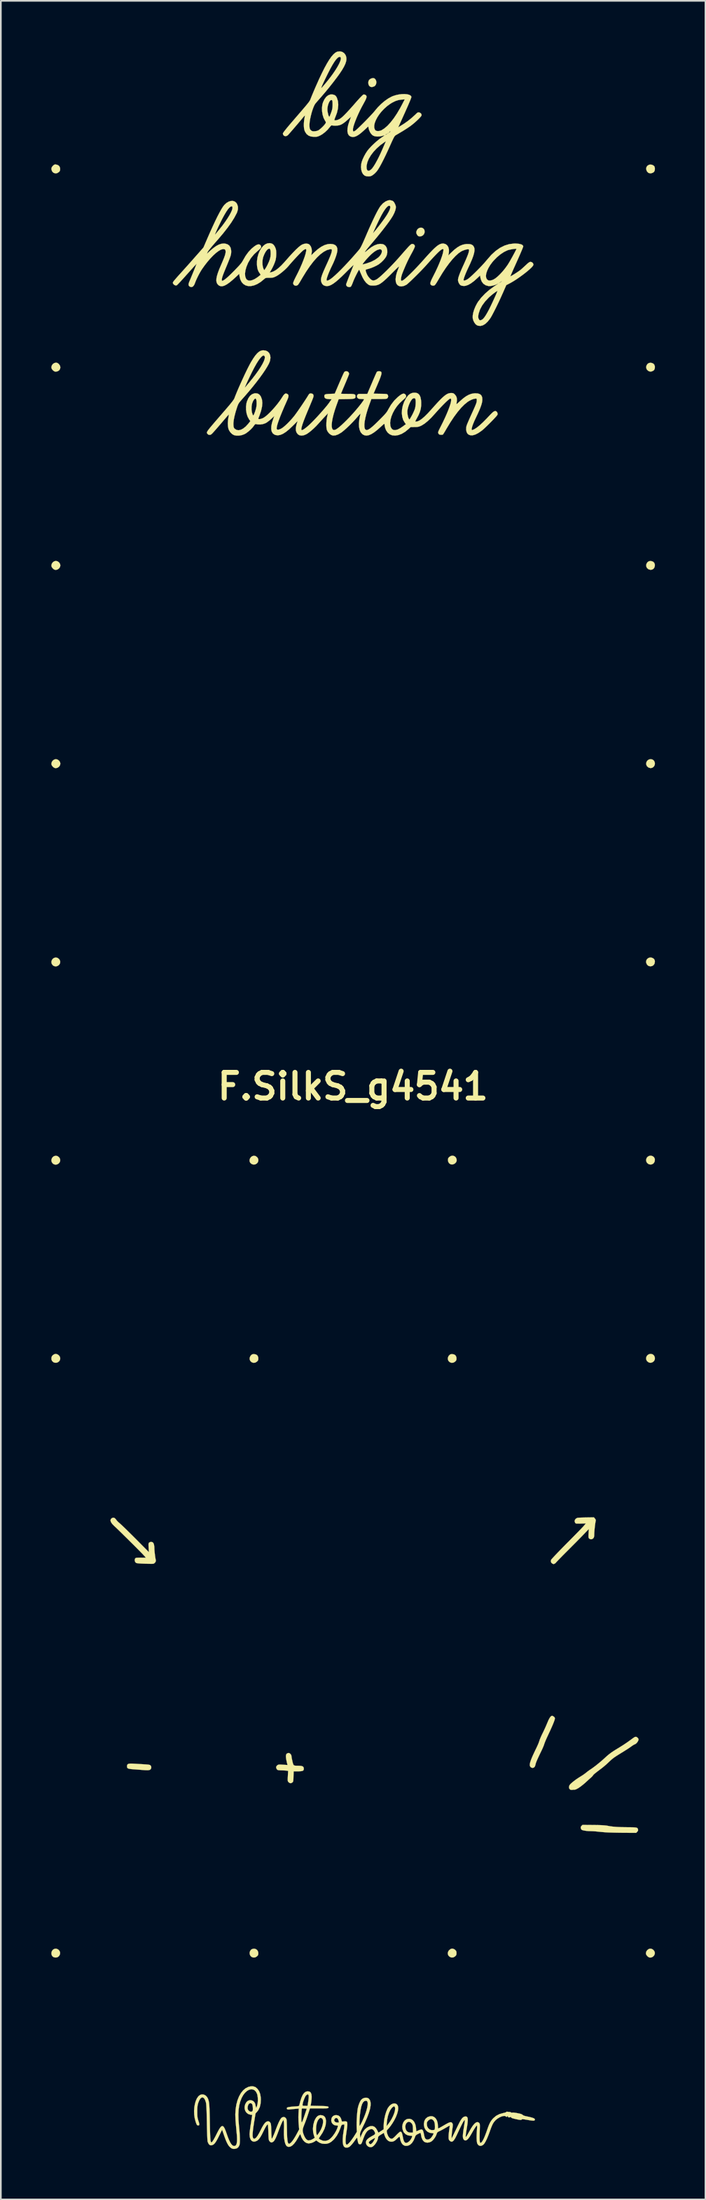
<source format=kicad_pcb>
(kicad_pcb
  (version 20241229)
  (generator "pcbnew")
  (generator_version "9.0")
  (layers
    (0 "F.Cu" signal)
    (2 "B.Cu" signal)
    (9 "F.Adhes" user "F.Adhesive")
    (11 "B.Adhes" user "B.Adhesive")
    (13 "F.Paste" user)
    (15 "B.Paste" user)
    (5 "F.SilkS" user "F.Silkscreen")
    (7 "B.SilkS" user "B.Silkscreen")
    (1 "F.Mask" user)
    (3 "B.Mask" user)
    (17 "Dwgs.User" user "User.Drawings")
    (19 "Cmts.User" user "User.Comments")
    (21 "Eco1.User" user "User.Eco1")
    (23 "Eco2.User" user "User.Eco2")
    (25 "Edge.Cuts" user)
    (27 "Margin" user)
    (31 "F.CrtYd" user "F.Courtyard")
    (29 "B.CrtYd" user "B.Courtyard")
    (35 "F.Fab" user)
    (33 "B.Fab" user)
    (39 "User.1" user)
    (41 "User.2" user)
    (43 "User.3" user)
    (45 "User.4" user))
  (footprint "F.SilkS_g4541"
    (layer "F.Cu")
    (at 17.939 61.539)
    (property "Reference" "F.SilkS_g4541" (at 0 0 0) (layer "F.SilkS") (effects (font (size 1.524 1.524) (thickness 0.3))))
    (attr through_hole)
    (fp_poly (pts (xy -5.821 4.13) (xy -5.769 4.151) (xy -5.682 4.221) (xy -5.633 4.313) (xy -5.624 4.413) (xy -5.657 4.512) (xy -5.718 4.583) (xy -5.818 4.637) (xy -5.928 4.643) (xy -6.026 4.609) (xy -6.104 4.543) (xy -6.143 4.462) (xy -6.148 4.374) (xy -6.122 4.287) (xy -6.072 4.211) (xy -6.002 4.154) (xy -5.917 4.124) (xy -5.821 4.13)) (stroke (width 0.01) (type solid)) (fill yes) (layer "F.SilkS"))
    (fp_poly (pts (xy -5.781 51.282) (xy -5.698 51.34) (xy -5.643 51.43) (xy -5.626 51.528) (xy -5.633 51.609) (xy -5.66 51.666) (xy -5.709 51.716) (xy -5.809 51.777) (xy -5.917 51.788) (xy -6.017 51.755) (xy -6.093 51.688) (xy -6.135 51.598) (xy -6.143 51.498) (xy -6.117 51.402) (xy -6.059 51.323) (xy -5.996 51.283) (xy -5.884 51.26) (xy -5.781 51.282)) (stroke (width 0.01) (type solid)) (fill yes) (layer "F.SilkS"))
    (fp_poly (pts (xy 17.818 4.143) (xy 17.895 4.199) (xy 17.945 4.281) (xy 17.958 4.356) (xy 17.939 4.478) (xy 17.88 4.569) (xy 17.831 4.606) (xy 17.727 4.644) (xy 17.623 4.632) (xy 17.571 4.608) (xy 17.487 4.538) (xy 17.442 4.445) (xy 17.437 4.344) (xy 17.473 4.245) (xy 17.532 4.177) (xy 17.625 4.127) (xy 17.724 4.117) (xy 17.818 4.143)) (stroke (width 0.01) (type solid)) (fill yes) (layer "F.SilkS"))
    (fp_poly (pts (xy -17.612 -7.656) (xy -17.555 -7.635) (xy -17.487 -7.582) (xy -17.435 -7.515) (xy -17.406 -7.414) (xy -17.419 -7.32) (xy -17.466 -7.239) (xy -17.537 -7.178) (xy -17.624 -7.142) (xy -17.718 -7.139) (xy -17.81 -7.173) (xy -17.858 -7.212) (xy -17.917 -7.299) (xy -17.934 -7.394) (xy -17.915 -7.486) (xy -17.868 -7.567) (xy -17.797 -7.628) (xy -17.71 -7.661) (xy -17.612 -7.656)) (stroke (width 0.01) (type solid)) (fill yes) (layer "F.SilkS"))
    (fp_poly (pts (xy -17.612 4.129) (xy -17.555 4.151) (xy -17.487 4.204) (xy -17.435 4.271) (xy -17.406 4.372) (xy -17.419 4.466) (xy -17.466 4.546) (xy -17.537 4.608) (xy -17.624 4.643) (xy -17.718 4.647) (xy -17.81 4.612) (xy -17.858 4.574) (xy -17.917 4.486) (xy -17.934 4.392) (xy -17.915 4.3) (xy -17.868 4.219) (xy -17.797 4.158) (xy -17.71 4.125) (xy -17.612 4.129)) (stroke (width 0.01) (type solid)) (fill yes) (layer "F.SilkS"))
    (fp_poly (pts (xy -17.592 51.275) (xy -17.508 51.325) (xy -17.445 51.401) (xy -17.414 51.495) (xy -17.424 51.598) (xy -17.425 51.602) (xy -17.482 51.702) (xy -17.568 51.766) (xy -17.674 51.789) (xy -17.791 51.768) (xy -17.796 51.765) (xy -17.874 51.71) (xy -17.919 51.628) (xy -17.933 51.532) (xy -17.915 51.434) (xy -17.865 51.347) (xy -17.788 51.286) (xy -17.688 51.259) (xy -17.592 51.275)) (stroke (width 0.01) (type solid)) (fill yes) (layer "F.SilkS"))
    (fp_poly (pts (xy -17.586 15.922) (xy -17.497 15.979) (xy -17.435 16.056) (xy -17.406 16.158) (xy -17.419 16.254) (xy -17.467 16.335) (xy -17.542 16.395) (xy -17.635 16.427) (xy -17.737 16.423) (xy -17.811 16.394) (xy -17.889 16.325) (xy -17.93 16.231) (xy -17.929 16.121) (xy -17.905 16.045) (xy -17.853 15.979) (xy -17.773 15.926) (xy -17.69 15.901) (xy -17.68 15.9) (xy -17.586 15.922)) (stroke (width 0.01) (type solid)) (fill yes) (layer "F.SilkS"))
    (fp_poly (pts (xy -17.567 -31.219) (xy -17.481 -31.158) (xy -17.421 -31.071) (xy -17.399 -30.975) (xy -17.422 -30.877) (xy -17.483 -30.791) (xy -17.57 -30.731) (xy -17.666 -30.709) (xy -17.74 -30.719) (xy -17.806 -30.758) (xy -17.846 -30.795) (xy -17.905 -30.865) (xy -17.929 -30.932) (xy -17.932 -30.975) (xy -17.909 -31.074) (xy -17.848 -31.16) (xy -17.762 -31.22) (xy -17.666 -31.242) (xy -17.567 -31.219)) (stroke (width 0.01) (type solid)) (fill yes) (layer "F.SilkS"))
    (fp_poly (pts (xy -17.567 -19.433) (xy -17.481 -19.372) (xy -17.421 -19.286) (xy -17.399 -19.19) (xy -17.422 -19.091) (xy -17.483 -19.005) (xy -17.57 -18.945) (xy -17.666 -18.923) (xy -17.74 -18.934) (xy -17.806 -18.973) (xy -17.846 -19.009) (xy -17.905 -19.08) (xy -17.929 -19.147) (xy -17.932 -19.19) (xy -17.909 -19.288) (xy -17.848 -19.374) (xy -17.762 -19.434) (xy -17.666 -19.456) (xy -17.567 -19.433)) (stroke (width 0.01) (type solid)) (fill yes) (layer "F.SilkS"))
    (fp_poly (pts (xy -5.767 15.933) (xy -5.683 15.991) (xy -5.636 16.084) (xy -5.626 16.17) (xy -5.632 16.251) (xy -5.658 16.307) (xy -5.709 16.36) (xy -5.809 16.42) (xy -5.917 16.431) (xy -6.017 16.398) (xy -6.097 16.328) (xy -6.139 16.235) (xy -6.14 16.132) (xy -6.1 16.032) (xy -6.073 15.996) (xy -6.016 15.942) (xy -5.958 15.918) (xy -5.883 15.913) (xy -5.767 15.933)) (stroke (width 0.01) (type solid)) (fill yes) (layer "F.SilkS"))
    (fp_poly (pts (xy 4.163 -51.023) (xy 4.228 -50.958) (xy 4.257 -50.886) (xy 4.263 -50.773) (xy 4.227 -50.672) (xy 4.157 -50.594) (xy 4.063 -50.545) (xy 3.953 -50.536) (xy 3.912 -50.543) (xy 3.851 -50.583) (xy 3.8 -50.657) (xy 3.771 -50.73) (xy 3.768 -50.792) (xy 3.782 -50.852) (xy 3.831 -50.95) (xy 3.905 -51.016) (xy 3.991 -51.051) (xy 4.081 -51.054) (xy 4.163 -51.023)) (stroke (width 0.01) (type solid)) (fill yes) (layer "F.SilkS"))
    (fp_poly (pts (xy 6.019 15.933) (xy 6.102 15.991) (xy 6.149 16.084) (xy 6.16 16.17) (xy 6.153 16.251) (xy 6.127 16.307) (xy 6.077 16.36) (xy 5.976 16.42) (xy 5.868 16.431) (xy 5.769 16.398) (xy 5.688 16.328) (xy 5.647 16.235) (xy 5.645 16.132) (xy 5.686 16.032) (xy 5.713 15.996) (xy 5.77 15.942) (xy 5.828 15.918) (xy 5.903 15.913) (xy 6.019 15.933)) (stroke (width 0.01) (type solid)) (fill yes) (layer "F.SilkS"))
    (fp_poly (pts (xy 6.027 4.142) (xy 6.105 4.202) (xy 6.156 4.293) (xy 6.172 4.393) (xy 6.149 4.483) (xy 6.088 4.56) (xy 6.003 4.616) (xy 5.907 4.641) (xy 5.812 4.628) (xy 5.804 4.625) (xy 5.714 4.561) (xy 5.663 4.466) (xy 5.652 4.377) (xy 5.658 4.296) (xy 5.686 4.239) (xy 5.734 4.189) (xy 5.832 4.13) (xy 5.932 4.116) (xy 6.027 4.142)) (stroke (width 0.01) (type solid)) (fill yes) (layer "F.SilkS"))
    (fp_poly (pts (xy 17.736 -43.02) (xy 17.846 -42.984) (xy 17.92 -42.913) (xy 17.955 -42.812) (xy 17.958 -42.771) (xy 17.946 -42.662) (xy 17.905 -42.586) (xy 17.831 -42.533) (xy 17.727 -42.498) (xy 17.628 -42.51) (xy 17.56 -42.543) (xy 17.48 -42.619) (xy 17.441 -42.717) (xy 17.448 -42.826) (xy 17.459 -42.858) (xy 17.522 -42.957) (xy 17.609 -43.011) (xy 17.72 -43.022) (xy 17.736 -43.02)) (stroke (width 0.01) (type solid)) (fill yes) (layer "F.SilkS"))
    (fp_poly (pts (xy 17.736 -31.234) (xy 17.846 -31.199) (xy 17.92 -31.128) (xy 17.955 -31.026) (xy 17.957 -30.98) (xy 17.936 -30.866) (xy 17.878 -30.779) (xy 17.795 -30.727) (xy 17.694 -30.713) (xy 17.586 -30.743) (xy 17.56 -30.758) (xy 17.48 -30.833) (xy 17.441 -30.932) (xy 17.448 -31.04) (xy 17.459 -31.073) (xy 17.522 -31.172) (xy 17.609 -31.226) (xy 17.72 -31.236) (xy 17.736 -31.234)) (stroke (width 0.01) (type solid)) (fill yes) (layer "F.SilkS"))
    (fp_poly (pts (xy 17.789 51.28) (xy 17.875 51.342) (xy 17.936 51.428) (xy 17.958 51.524) (xy 17.935 51.622) (xy 17.873 51.708) (xy 17.787 51.768) (xy 17.691 51.791) (xy 17.617 51.78) (xy 17.551 51.741) (xy 17.511 51.704) (xy 17.452 51.634) (xy 17.427 51.567) (xy 17.424 51.524) (xy 17.448 51.426) (xy 17.509 51.34) (xy 17.595 51.279) (xy 17.691 51.257) (xy 17.789 51.28)) (stroke (width 0.01) (type solid)) (fill yes) (layer "F.SilkS"))
    (fp_poly (pts (xy 17.81 15.921) (xy 17.888 15.977) (xy 17.938 16.057) (xy 17.959 16.149) (xy 17.949 16.243) (xy 17.904 16.327) (xy 17.823 16.392) (xy 17.817 16.394) (xy 17.723 16.428) (xy 17.643 16.424) (xy 17.571 16.394) (xy 17.487 16.325) (xy 17.443 16.238) (xy 17.436 16.144) (xy 17.461 16.053) (xy 17.517 15.975) (xy 17.601 15.92) (xy 17.708 15.9) (xy 17.81 15.921)) (stroke (width 0.01) (type solid)) (fill yes) (layer "F.SilkS"))
    (fp_poly (pts (xy 17.813 -19.435) (xy 17.889 -19.38) (xy 17.939 -19.3) (xy 17.959 -19.207) (xy 17.948 -19.112) (xy 17.903 -19.025) (xy 17.823 -18.956) (xy 17.813 -18.951) (xy 17.712 -18.925) (xy 17.607 -18.948) (xy 17.56 -18.972) (xy 17.482 -19.044) (xy 17.443 -19.133) (xy 17.441 -19.228) (xy 17.472 -19.318) (xy 17.533 -19.393) (xy 17.621 -19.442) (xy 17.711 -19.456) (xy 17.813 -19.435)) (stroke (width 0.01) (type solid)) (fill yes) (layer "F.SilkS"))
    (fp_poly (pts (xy 17.831 -7.632) (xy 17.913 -7.569) (xy 17.952 -7.481) (xy 17.958 -7.42) (xy 17.937 -7.302) (xy 17.878 -7.213) (xy 17.792 -7.157) (xy 17.686 -7.14) (xy 17.583 -7.164) (xy 17.532 -7.2) (xy 17.481 -7.26) (xy 17.474 -7.27) (xy 17.435 -7.371) (xy 17.439 -7.469) (xy 17.479 -7.554) (xy 17.547 -7.62) (xy 17.635 -7.659) (xy 17.737 -7.663) (xy 17.831 -7.632)) (stroke (width 0.01) (type solid)) (fill yes) (layer "F.SilkS"))
    (fp_poly (pts (xy 1.283 -59.925) (xy 1.284 -59.925) (xy 1.354 -59.849) (xy 1.389 -59.753) (xy 1.391 -59.65) (xy 1.361 -59.553) (xy 1.299 -59.477) (xy 1.258 -59.451) (xy 1.144 -59.415) (xy 1.049 -59.425) (xy 0.977 -59.473) (xy 0.932 -59.549) (xy 0.913 -59.648) (xy 0.921 -59.749) (xy 0.958 -59.831) (xy 0.959 -59.833) (xy 1.032 -59.896) (xy 1.122 -59.935) (xy 1.211 -59.947) (xy 1.283 -59.925)) (stroke (width 0.01) (type solid)) (fill yes) (layer "F.SilkS"))
    (fp_poly (pts (xy 6.017 51.287) (xy 6.077 51.331) (xy 6.13 51.387) (xy 6.154 51.444) (xy 6.16 51.524) (xy 6.154 51.605) (xy 6.129 51.661) (xy 6.077 51.716) (xy 5.977 51.777) (xy 5.87 51.788) (xy 5.763 51.748) (xy 5.761 51.747) (xy 5.68 51.671) (xy 5.642 51.577) (xy 5.647 51.475) (xy 5.697 51.376) (xy 5.725 51.344) (xy 5.821 51.274) (xy 5.918 51.255) (xy 6.017 51.287)) (stroke (width 0.01) (type solid)) (fill yes) (layer "F.SilkS"))
    (fp_poly (pts (xy -17.648 -54.806) (xy -17.533 -54.77) (xy -17.455 -54.7) (xy -17.416 -54.599) (xy -17.412 -54.544) (xy -17.418 -54.463) (xy -17.444 -54.406) (xy -17.495 -54.354) (xy -17.595 -54.294) (xy -17.703 -54.282) (xy -17.803 -54.315) (xy -17.88 -54.386) (xy -17.924 -54.488) (xy -17.931 -54.555) (xy -17.92 -54.626) (xy -17.877 -54.693) (xy -17.843 -54.73) (xy -17.784 -54.784) (xy -17.736 -54.808) (xy -17.678 -54.809) (xy -17.648 -54.806)) (stroke (width 0.01) (type solid)) (fill yes) (layer "F.SilkS"))
    (fp_poly (pts (xy -17.591 -43.017) (xy -17.525 -42.978) (xy -17.485 -42.941) (xy -17.42 -42.847) (xy -17.399 -42.747) (xy -17.419 -42.652) (xy -17.474 -42.572) (xy -17.561 -42.516) (xy -17.675 -42.494) (xy -17.68 -42.494) (xy -17.755 -42.511) (xy -17.832 -42.567) (xy -17.846 -42.581) (xy -17.905 -42.651) (xy -17.929 -42.718) (xy -17.932 -42.761) (xy -17.909 -42.859) (xy -17.848 -42.945) (xy -17.762 -43.005) (xy -17.666 -43.028) (xy -17.591 -43.017)) (stroke (width 0.01) (type solid)) (fill yes) (layer "F.SilkS"))
    (fp_poly (pts (xy 17.755 -54.801) (xy 17.848 -54.766) (xy 17.918 -54.708) (xy 17.932 -54.688) (xy 17.95 -54.629) (xy 17.958 -54.553) (xy 17.958 -54.547) (xy 17.944 -54.439) (xy 17.897 -54.364) (xy 17.831 -54.318) (xy 17.72 -54.283) (xy 17.612 -54.297) (xy 17.577 -54.312) (xy 17.525 -54.355) (xy 17.475 -54.422) (xy 17.467 -54.439) (xy 17.438 -54.547) (xy 17.455 -54.649) (xy 17.511 -54.733) (xy 17.602 -54.79) (xy 17.659 -54.804) (xy 17.755 -54.801)) (stroke (width 0.01) (type solid)) (fill yes) (layer "F.SilkS"))
    (fp_poly (pts (xy -13.025 40.263) (xy -12.882 40.271) (xy -12.714 40.282) (xy -12.549 40.291) (xy -12.471 40.296) (xy -12.322 40.305) (xy -12.214 40.314) (xy -12.14 40.324) (xy -12.09 40.336) (xy -12.056 40.352) (xy -12.03 40.374) (xy -12.029 40.375) (xy -11.995 40.441) (xy -11.994 40.52) (xy -12.026 40.588) (xy -12.035 40.598) (xy -12.078 40.627) (xy -12.137 40.644) (xy -12.22 40.651) (xy -12.335 40.649) (xy -12.484 40.638) (xy -12.619 40.627) (xy -12.78 40.615) (xy -12.946 40.602) (xy -13.053 40.594) (xy -13.201 40.582) (xy -13.306 40.567) (xy -13.375 40.545) (xy -13.414 40.514) (xy -13.432 40.469) (xy -13.436 40.413) (xy -13.428 40.347) (xy -13.402 40.301) (xy -13.349 40.272) (xy -13.265 40.258) (xy -13.141 40.257) (xy -13.025 40.263)) (stroke (width 0.01) (type solid)) (fill yes) (layer "F.SilkS"))
    (fp_poly (pts (xy 14.3 43.908) (xy 14.532 43.911) (xy 14.72 43.916) (xy 14.872 43.923) (xy 14.993 43.933) (xy 15.092 43.945) (xy 15.151 43.956) (xy 15.308 43.984) (xy 15.479 44.006) (xy 15.672 44.022) (xy 15.895 44.033) (xy 16.156 44.039) (xy 16.346 44.041) (xy 16.532 44.043) (xy 16.674 44.046) (xy 16.778 44.053) (xy 16.851 44.064) (xy 16.899 44.081) (xy 16.928 44.106) (xy 16.946 44.141) (xy 16.956 44.176) (xy 16.957 44.236) (xy 16.924 44.291) (xy 16.907 44.309) (xy 16.843 44.374) (xy 16.137 44.37) (xy 15.931 44.368) (xy 15.722 44.365) (xy 15.521 44.361) (xy 15.341 44.356) (xy 15.191 44.351) (xy 15.1 44.346) (xy 14.95 44.336) (xy 14.794 44.323) (xy 14.652 44.31) (xy 14.555 44.299) (xy 14.419 44.286) (xy 14.269 44.276) (xy 14.136 44.272) (xy 14.134 44.272) (xy 13.996 44.268) (xy 13.863 44.255) (xy 13.744 44.236) (xy 13.652 44.213) (xy 13.598 44.188) (xy 13.597 44.186) (xy 13.569 44.141) (xy 13.55 44.089) (xy 13.548 44.026) (xy 13.585 43.97) (xy 13.593 43.961) (xy 13.652 43.902) (xy 14.3 43.908)) (stroke (width 0.01) (type solid)) (fill yes) (layer "F.SilkS"))
    (fp_poly (pts (xy 11.888 37.429) (xy 11.944 37.465) (xy 11.95 37.469) (xy 11.998 37.519) (xy 12.01 37.574) (xy 12.007 37.602) (xy 11.988 37.674) (xy 11.948 37.786) (xy 11.888 37.935) (xy 11.81 38.115) (xy 11.716 38.323) (xy 11.609 38.553) (xy 11.595 38.583) (xy 11.53 38.722) (xy 11.472 38.853) (xy 11.424 38.968) (xy 11.391 39.054) (xy 11.379 39.091) (xy 11.357 39.159) (xy 11.317 39.259) (xy 11.266 39.377) (xy 11.215 39.484) (xy 11.111 39.7) (xy 11.028 39.876) (xy 10.963 40.017) (xy 10.916 40.129) (xy 10.883 40.215) (xy 10.863 40.282) (xy 10.854 40.328) (xy 10.822 40.425) (xy 10.766 40.489) (xy 10.694 40.514) (xy 10.616 40.498) (xy 10.563 40.459) (xy 10.532 40.414) (xy 10.518 40.355) (xy 10.522 40.276) (xy 10.544 40.175) (xy 10.586 40.047) (xy 10.649 39.889) (xy 10.735 39.696) (xy 10.844 39.465) (xy 10.909 39.332) (xy 10.968 39.206) (xy 11.023 39.081) (xy 11.066 38.97) (xy 11.088 38.902) (xy 11.116 38.819) (xy 11.162 38.707) (xy 11.219 38.58) (xy 11.279 38.457) (xy 11.351 38.309) (xy 11.43 38.137) (xy 11.506 37.965) (xy 11.556 37.846) (xy 11.63 37.672) (xy 11.697 37.546) (xy 11.758 37.463) (xy 11.814 37.421) (xy 11.847 37.414) (xy 11.888 37.429)) (stroke (width 0.01) (type solid)) (fill yes) (layer "F.SilkS"))
    (fp_poly (pts (xy -3.758 39.646) (xy -3.7 39.7) (xy -3.663 39.768) (xy -3.658 39.803) (xy -3.652 39.854) (xy -3.637 39.94) (xy -3.615 40.047) (xy -3.601 40.112) (xy -3.573 40.227) (xy -3.548 40.304) (xy -3.515 40.351) (xy -3.464 40.375) (xy -3.385 40.384) (xy -3.267 40.386) (xy -3.232 40.386) (xy -3.096 40.393) (xy -3.003 40.416) (xy -2.948 40.458) (xy -2.923 40.522) (xy -2.921 40.56) (xy -2.929 40.624) (xy -2.958 40.668) (xy -3.016 40.696) (xy -3.108 40.711) (xy -3.243 40.716) (xy -3.27 40.716) (xy -3.526 40.716) (xy -3.535 41.023) (xy -3.539 41.154) (xy -3.545 41.243) (xy -3.553 41.302) (xy -3.567 41.339) (xy -3.587 41.365) (xy -3.603 41.379) (xy -3.682 41.422) (xy -3.756 41.414) (xy -3.824 41.365) (xy -3.85 41.337) (xy -3.867 41.308) (xy -3.876 41.269) (xy -3.878 41.208) (xy -3.876 41.115) (xy -3.87 40.998) (xy -3.853 40.694) (xy -3.914 40.68) (xy -3.965 40.674) (xy -4.053 40.667) (xy -4.162 40.662) (xy -4.225 40.66) (xy -4.342 40.655) (xy -4.419 40.649) (xy -4.468 40.637) (xy -4.5 40.618) (xy -4.523 40.593) (xy -4.567 40.51) (xy -4.56 40.431) (xy -4.503 40.361) (xy -4.503 40.361) (xy -4.468 40.337) (xy -4.432 40.322) (xy -4.382 40.315) (xy -4.306 40.316) (xy -4.194 40.322) (xy -4.162 40.324) (xy -3.891 40.341) (xy -3.939 40.141) (xy -3.974 39.964) (xy -3.987 39.829) (xy -3.977 39.733) (xy -3.943 39.673) (xy -3.931 39.664) (xy -3.868 39.633) (xy -3.821 39.624) (xy -3.758 39.646)) (stroke (width 0.01) (type solid)) (fill yes) (layer "F.SilkS"))
    (fp_poly (pts (xy -14.177 25.656) (xy -14.104 25.726) (xy -14.086 25.752) (xy -14.036 25.816) (xy -13.96 25.894) (xy -13.874 25.97) (xy -13.864 25.978) (xy -13.812 26.024) (xy -13.729 26.101) (xy -13.619 26.205) (xy -13.488 26.332) (xy -13.34 26.478) (xy -13.179 26.637) (xy -13.01 26.805) (xy -12.918 26.897) (xy -12.133 27.688) (xy -12.15 27.424) (xy -12.156 27.303) (xy -12.157 27.222) (xy -12.151 27.171) (xy -12.138 27.139) (xy -12.12 27.118) (xy -12.043 27.08) (xy -11.95 27.085) (xy -11.926 27.092) (xy -11.87 27.14) (xy -11.832 27.233) (xy -11.812 27.366) (xy -11.81 27.437) (xy -11.805 27.552) (xy -11.793 27.695) (xy -11.775 27.851) (xy -11.754 28) (xy -11.732 28.125) (xy -11.721 28.171) (xy -11.727 28.239) (xy -11.768 28.308) (xy -11.83 28.361) (xy -11.874 28.377) (xy -11.916 28.379) (xy -11.998 28.38) (xy -12.113 28.379) (xy -12.251 28.376) (xy -12.383 28.373) (xy -12.583 28.365) (xy -12.736 28.355) (xy -12.841 28.342) (xy -12.896 28.327) (xy -12.897 28.327) (xy -12.947 28.275) (xy -12.973 28.202) (xy -12.974 28.125) (xy -12.949 28.06) (xy -12.91 28.029) (xy -12.867 28.023) (xy -12.786 28.017) (xy -12.679 28.015) (xy -12.589 28.015) (xy -12.312 28.018) (xy -12.441 27.871) (xy -12.488 27.821) (xy -12.566 27.739) (xy -12.671 27.632) (xy -12.798 27.504) (xy -12.941 27.36) (xy -13.096 27.205) (xy -13.259 27.044) (xy -13.423 26.881) (xy -13.585 26.722) (xy -13.739 26.57) (xy -13.88 26.432) (xy -14.004 26.312) (xy -14.105 26.215) (xy -14.179 26.146) (xy -14.189 26.137) (xy -14.314 26.01) (xy -14.39 25.9) (xy -14.419 25.805) (xy -14.4 25.726) (xy -14.338 25.664) (xy -14.256 25.635) (xy -14.177 25.656)) (stroke (width 0.01) (type solid)) (fill yes) (layer "F.SilkS"))
    (fp_poly (pts (xy 14.394 25.691) (xy 14.439 25.763) (xy 14.441 25.816) (xy 14.426 25.886) (xy 14.409 25.992) (xy 14.392 26.122) (xy 14.376 26.263) (xy 14.363 26.402) (xy 14.354 26.523) (xy 14.351 26.609) (xy 14.348 26.716) (xy 14.335 26.788) (xy 14.31 26.841) (xy 14.298 26.857) (xy 14.228 26.911) (xy 14.146 26.923) (xy 14.067 26.892) (xy 14.048 26.875) (xy 14.027 26.848) (xy 14.013 26.813) (xy 14.008 26.759) (xy 14.009 26.675) (xy 14.014 26.569) (xy 14.028 26.31) (xy 13.753 26.598) (xy 13.671 26.683) (xy 13.559 26.798) (xy 13.423 26.936) (xy 13.27 27.092) (xy 13.104 27.258) (xy 12.934 27.429) (xy 12.772 27.592) (xy 12.616 27.747) (xy 12.472 27.892) (xy 12.344 28.023) (xy 12.236 28.134) (xy 12.151 28.222) (xy 12.093 28.284) (xy 12.066 28.315) (xy 12.065 28.318) (xy 12.045 28.339) (xy 12.001 28.367) (xy 11.955 28.39) (xy 11.93 28.396) (xy 11.906 28.386) (xy 11.868 28.371) (xy 11.801 28.32) (xy 11.77 28.242) (xy 11.781 28.153) (xy 11.784 28.147) (xy 11.808 28.114) (xy 11.864 28.05) (xy 11.949 27.957) (xy 12.059 27.84) (xy 12.191 27.702) (xy 12.342 27.546) (xy 12.507 27.378) (xy 12.683 27.199) (xy 12.721 27.161) (xy 12.902 26.979) (xy 13.076 26.803) (xy 13.238 26.638) (xy 13.385 26.488) (xy 13.512 26.357) (xy 13.615 26.249) (xy 13.691 26.168) (xy 13.736 26.119) (xy 13.739 26.115) (xy 13.852 25.979) (xy 13.553 25.988) (xy 13.425 25.991) (xy 13.337 25.991) (xy 13.281 25.985) (xy 13.247 25.974) (xy 13.225 25.956) (xy 13.219 25.948) (xy 13.186 25.866) (xy 13.196 25.782) (xy 13.244 25.708) (xy 13.325 25.657) (xy 13.36 25.646) (xy 13.406 25.641) (xy 13.493 25.636) (xy 13.611 25.631) (xy 13.751 25.628) (xy 13.878 25.625) (xy 14.332 25.618) (xy 14.394 25.691)) (stroke (width 0.01) (type solid)) (fill yes) (layer "F.SilkS"))
    (fp_poly (pts (xy 16.906 38.699) (xy 16.933 38.724) (xy 16.977 38.782) (xy 16.984 38.838) (xy 16.981 38.854) (xy 16.946 38.936) (xy 16.888 39.017) (xy 16.821 39.08) (xy 16.768 39.108) (xy 16.715 39.131) (xy 16.639 39.177) (xy 16.562 39.231) (xy 16.488 39.284) (xy 16.383 39.355) (xy 16.26 39.435) (xy 16.129 39.517) (xy 16.091 39.541) (xy 15.908 39.654) (xy 15.761 39.745) (xy 15.645 39.819) (xy 15.551 39.882) (xy 15.474 39.939) (xy 15.406 39.993) (xy 15.34 40.051) (xy 15.27 40.116) (xy 15.227 40.157) (xy 15.116 40.261) (xy 14.995 40.368) (xy 14.88 40.465) (xy 14.808 40.521) (xy 14.65 40.641) (xy 14.527 40.735) (xy 14.435 40.807) (xy 14.369 40.861) (xy 14.325 40.901) (xy 14.297 40.931) (xy 14.281 40.954) (xy 14.242 41.003) (xy 14.182 41.065) (xy 14.154 41.091) (xy 14.094 41.143) (xy 14.01 41.218) (xy 13.915 41.305) (xy 13.856 41.359) (xy 13.698 41.497) (xy 13.549 41.614) (xy 13.415 41.707) (xy 13.3 41.772) (xy 13.211 41.805) (xy 13.179 41.808) (xy 13.098 41.811) (xy 13.03 41.821) (xy 12.951 41.816) (xy 12.91 41.795) (xy 12.86 41.732) (xy 12.848 41.649) (xy 12.872 41.559) (xy 12.931 41.475) (xy 12.936 41.469) (xy 13.093 41.334) (xy 13.278 41.194) (xy 13.473 41.065) (xy 13.526 41.033) (xy 13.636 40.964) (xy 13.747 40.889) (xy 13.838 40.82) (xy 13.856 40.806) (xy 13.947 40.733) (xy 14.045 40.66) (xy 14.103 40.622) (xy 14.249 40.522) (xy 14.42 40.395) (xy 14.604 40.248) (xy 14.79 40.092) (xy 14.967 39.934) (xy 15 39.903) (xy 15.12 39.794) (xy 15.233 39.701) (xy 15.349 39.613) (xy 15.481 39.523) (xy 15.641 39.422) (xy 15.726 39.37) (xy 15.921 39.25) (xy 16.092 39.142) (xy 16.252 39.035) (xy 16.416 38.92) (xy 16.6 38.786) (xy 16.686 38.723) (xy 16.771 38.672) (xy 16.84 38.664) (xy 16.906 38.699)) (stroke (width 0.01) (type solid)) (fill yes) (layer "F.SilkS"))
    (fp_poly (pts (xy -0.639 -61.505) (xy -0.527 -61.434) (xy -0.442 -61.324) (xy -0.435 -61.31) (xy -0.397 -61.199) (xy -0.386 -61.079) (xy -0.403 -60.946) (xy -0.452 -60.796) (xy -0.532 -60.626) (xy -0.645 -60.431) (xy -0.793 -60.209) (xy -0.94 -60.005) (xy -1.165 -59.709) (xy -1.411 -59.397) (xy -1.664 -59.09) (xy -1.879 -58.839) (xy -1.978 -58.726) (xy -2.071 -58.619) (xy -2.151 -58.528) (xy -2.209 -58.46) (xy -2.227 -58.44) (xy -2.283 -58.354) (xy -2.341 -58.228) (xy -2.399 -58.072) (xy -2.454 -57.897) (xy -2.502 -57.712) (xy -2.543 -57.527) (xy -2.572 -57.354) (xy -2.586 -57.201) (xy -2.587 -57.113) (xy -2.579 -57.01) (xy -2.567 -56.943) (xy -2.545 -56.895) (xy -2.508 -56.853) (xy -2.507 -56.852) (xy -2.454 -56.808) (xy -2.396 -56.787) (xy -2.311 -56.782) (xy -2.304 -56.782) (xy -2.187 -56.795) (xy -2.08 -56.827) (xy -2.07 -56.832) (xy -1.999 -56.877) (xy -1.91 -56.95) (xy -1.815 -57.039) (xy -1.726 -57.131) (xy -1.658 -57.214) (xy -1.629 -57.257) (xy -1.611 -57.302) (xy -1.615 -57.342) (xy -1.646 -57.396) (xy -1.662 -57.42) (xy -1.744 -57.578) (xy -1.802 -57.767) (xy -1.835 -57.972) (xy -1.839 -58.118) (xy -1.52 -58.118) (xy -1.514 -57.996) (xy -1.502 -57.925) (xy -1.476 -57.802) (xy -1.448 -57.712) (xy -1.421 -57.658) (xy -1.398 -57.648) (xy -1.395 -57.651) (xy -1.379 -57.682) (xy -1.351 -57.75) (xy -1.315 -57.842) (xy -1.294 -57.899) (xy -1.251 -58.028) (xy -1.226 -58.136) (xy -1.213 -58.245) (xy -1.209 -58.362) (xy -1.211 -58.487) (xy -1.22 -58.576) (xy -1.234 -58.622) (xy -1.236 -58.624) (xy -1.285 -58.646) (xy -1.338 -58.623) (xy -1.391 -58.561) (xy -1.44 -58.465) (xy -1.482 -58.342) (xy -1.504 -58.245) (xy -1.52 -58.118) (xy -1.839 -58.118) (xy -1.84 -58.18) (xy -1.817 -58.376) (xy -1.778 -58.509) (xy -1.692 -58.69) (xy -1.588 -58.829) (xy -1.471 -58.923) (xy -1.343 -58.971) (xy -1.206 -58.972) (xy -1.103 -58.942) (xy -1.04 -58.904) (xy -0.99 -58.843) (xy -0.953 -58.77) (xy -0.892 -58.579) (xy -0.872 -58.363) (xy -0.893 -58.128) (xy -0.952 -57.88) (xy -1.029 -57.673) (xy -1.067 -57.579) (xy -1.092 -57.503) (xy -1.102 -57.456) (xy -1.101 -57.448) (xy -1.064 -57.433) (xy -0.997 -57.439) (xy -0.911 -57.461) (xy -0.822 -57.498) (xy -0.761 -57.532) (xy -0.688 -57.586) (xy -0.596 -57.666) (xy -0.485 -57.775) (xy -0.35 -57.915) (xy -0.191 -58.088) (xy -0.004 -58.297) (xy 0.165 -58.491) (xy 0.291 -58.633) (xy 0.403 -58.756) (xy 0.498 -58.855) (xy 0.571 -58.926) (xy 0.617 -58.965) (xy 0.628 -58.97) (xy 0.697 -58.966) (xy 0.749 -58.943) (xy 0.79 -58.907) (xy 0.809 -58.861) (xy 0.806 -58.799) (xy 0.779 -58.715) (xy 0.726 -58.602) (xy 0.646 -58.454) (xy 0.63 -58.425) (xy 0.519 -58.222) (xy 0.412 -58.011) (xy 0.311 -57.797) (xy 0.22 -57.589) (xy 0.141 -57.392) (xy 0.077 -57.215) (xy 0.03 -57.064) (xy 0.004 -56.946) (xy 0 -56.894) (xy 0.005 -56.811) (xy 0.026 -56.774) (xy 0.07 -56.78) (xy 0.14 -56.82) (xy 0.19 -56.86) (xy 0.27 -56.931) (xy 0.371 -57.027) (xy 0.469 -57.123) (xy 1.265 -57.123) (xy 1.268 -56.99) (xy 1.308 -56.88) (xy 1.337 -56.842) (xy 1.399 -56.806) (xy 1.49 -56.795) (xy 1.595 -56.807) (xy 1.695 -56.842) (xy 1.698 -56.843) (xy 1.873 -56.955) (xy 2.055 -57.113) (xy 2.241 -57.315) (xy 2.43 -57.558) (xy 2.618 -57.838) (xy 2.804 -58.154) (xy 2.901 -58.334) (xy 3.081 -58.682) (xy 2.893 -58.668) (xy 2.705 -58.639) (xy 2.525 -58.582) (xy 2.339 -58.49) (xy 2.222 -58.418) (xy 2.033 -58.281) (xy 1.859 -58.126) (xy 1.701 -57.96) (xy 1.563 -57.786) (xy 1.448 -57.611) (xy 1.358 -57.438) (xy 1.296 -57.274) (xy 1.265 -57.123) (xy 0.469 -57.123) (xy 0.49 -57.143) (xy 0.619 -57.271) (xy 0.753 -57.406) (xy 0.885 -57.542) (xy 1.01 -57.673) (xy 1.122 -57.792) (xy 1.215 -57.894) (xy 1.282 -57.973) (xy 1.298 -57.993) (xy 1.479 -58.208) (xy 1.678 -58.407) (xy 1.887 -58.584) (xy 2.098 -58.732) (xy 2.3 -58.843) (xy 2.385 -58.879) (xy 2.558 -58.934) (xy 2.734 -58.972) (xy 2.907 -58.993) (xy 3.069 -58.997) (xy 3.213 -58.985) (xy 3.333 -58.957) (xy 3.42 -58.914) (xy 3.469 -58.855) (xy 3.475 -58.831) (xy 3.471 -58.8) (xy 3.451 -58.74) (xy 3.416 -58.648) (xy 3.364 -58.523) (xy 3.296 -58.362) (xy 3.209 -58.164) (xy 3.103 -57.926) (xy 2.977 -57.647) (xy 2.831 -57.324) (xy 2.778 -57.207) (xy 2.692 -57.018) (xy 2.787 -57.076) (xy 3.048 -57.24) (xy 3.273 -57.399) (xy 3.477 -57.564) (xy 3.531 -57.611) (xy 3.625 -57.697) (xy 3.709 -57.774) (xy 3.772 -57.834) (xy 3.806 -57.868) (xy 3.807 -57.87) (xy 3.865 -57.906) (xy 3.935 -57.907) (xy 4.004 -57.878) (xy 4.058 -57.828) (xy 4.083 -57.763) (xy 4.08 -57.726) (xy 4.053 -57.678) (xy 3.992 -57.606) (xy 3.906 -57.516) (xy 3.8 -57.415) (xy 3.683 -57.31) (xy 3.561 -57.207) (xy 3.441 -57.113) (xy 3.394 -57.079) (xy 3.21 -56.954) (xy 2.981 -56.809) (xy 2.705 -56.644) (xy 2.545 -56.55) (xy 2.516 -56.53) (xy 2.488 -56.5) (xy 2.457 -56.455) (xy 2.419 -56.388) (xy 2.373 -56.294) (xy 2.313 -56.166) (xy 2.238 -56) (xy 2.213 -55.944) (xy 2.077 -55.642) (xy 1.946 -55.363) (xy 1.822 -55.109) (xy 1.708 -54.886) (xy 1.605 -54.696) (xy 1.515 -54.545) (xy 1.441 -54.435) (xy 1.427 -54.417) (xy 1.348 -54.328) (xy 1.258 -54.243) (xy 1.184 -54.185) (xy 1.098 -54.134) (xy 1.022 -54.109) (xy 0.927 -54.102) (xy 0.918 -54.102) (xy 0.787 -54.115) (xy 0.69 -54.154) (xy 0.602 -54.236) (xy 0.536 -54.355) (xy 0.495 -54.501) (xy 0.48 -54.666) (xy 0.481 -54.67) (xy 0.809 -54.67) (xy 0.82 -54.548) (xy 0.853 -54.468) (xy 0.907 -54.433) (xy 0.98 -54.444) (xy 1.069 -54.502) (xy 1.148 -54.583) (xy 1.237 -54.706) (xy 1.338 -54.871) (xy 1.453 -55.082) (xy 1.486 -55.145) (xy 1.535 -55.243) (xy 1.582 -55.34) (xy 1.632 -55.445) (xy 1.686 -55.565) (xy 1.75 -55.707) (xy 1.825 -55.881) (xy 1.917 -56.093) (xy 1.923 -56.107) (xy 1.96 -56.193) (xy 1.888 -56.147) (xy 1.643 -55.97) (xy 1.422 -55.777) (xy 1.229 -55.572) (xy 1.068 -55.361) (xy 0.942 -55.149) (xy 0.856 -54.941) (xy 0.813 -54.741) (xy 0.809 -54.67) (xy 0.481 -54.67) (xy 0.494 -54.839) (xy 0.521 -54.958) (xy 0.579 -55.118) (xy 0.662 -55.296) (xy 0.76 -55.473) (xy 0.864 -55.63) (xy 0.873 -55.642) (xy 0.978 -55.767) (xy 1.112 -55.91) (xy 1.265 -56.057) (xy 1.423 -56.198) (xy 1.574 -56.32) (xy 1.665 -56.386) (xy 1.775 -56.461) (xy 1.845 -56.51) (xy 1.877 -56.538) (xy 1.874 -56.546) (xy 1.836 -56.538) (xy 1.768 -56.517) (xy 1.75 -56.511) (xy 1.595 -56.478) (xy 1.44 -56.471) (xy 1.299 -56.49) (xy 1.195 -56.531) (xy 1.141 -56.577) (xy 1.93 -56.577) (xy 1.949 -56.577) (xy 1.981 -56.591) (xy 2.021 -56.617) (xy 2.032 -56.631) (xy 2.013 -56.631) (xy 1.981 -56.617) (xy 1.941 -56.59) (xy 1.93 -56.577) (xy 1.141 -56.577) (xy 1.104 -56.608) (xy 1.079 -56.644) (xy 2.064 -56.644) (xy 2.067 -56.642) (xy 2.09 -56.66) (xy 2.095 -56.667) (xy 2.102 -56.691) (xy 2.098 -56.693) (xy 2.075 -56.675) (xy 2.07 -56.667) (xy 2.064 -56.644) (xy 1.079 -56.644) (xy 1.033 -56.707) (xy 2.142 -56.707) (xy 2.149 -56.701) (xy 2.165 -56.706) (xy 2.209 -56.74) (xy 2.22 -56.758) (xy 2.228 -56.79) (xy 2.21 -56.783) (xy 2.171 -56.743) (xy 2.142 -56.707) (xy 1.033 -56.707) (xy 1.024 -56.721) (xy 0.963 -56.853) (xy 0.939 -56.937) (xy 0.911 -57.074) (xy 0.659 -56.839) (xy 0.482 -56.684) (xy 0.329 -56.569) (xy 0.195 -56.492) (xy 0.076 -56.452) (xy -0.032 -56.445) (xy -0.033 -56.445) (xy -0.155 -56.478) (xy -0.246 -56.548) (xy -0.304 -56.655) (xy -0.329 -56.795) (xy -0.321 -56.967) (xy -0.28 -57.169) (xy -0.211 -57.383) (xy -0.11 -57.654) (xy -0.294 -57.487) (xy -0.446 -57.355) (xy -0.573 -57.259) (xy -0.682 -57.193) (xy -0.781 -57.152) (xy -0.798 -57.147) (xy -0.891 -57.129) (xy -1.004 -57.12) (xy -1.117 -57.12) (xy -1.21 -57.129) (xy -1.239 -57.135) (xy -1.275 -57.136) (xy -1.314 -57.109) (xy -1.367 -57.046) (xy -1.382 -57.026) (xy -1.512 -56.872) (xy -1.666 -56.727) (xy -1.828 -56.605) (xy -1.948 -56.536) (xy -2.048 -56.49) (xy -2.13 -56.465) (xy -2.218 -56.455) (xy -2.31 -56.454) (xy -2.493 -56.473) (xy -2.641 -56.529) (xy -2.758 -56.623) (xy -2.847 -56.758) (xy -2.882 -56.844) (xy -2.906 -56.951) (xy -2.918 -57.093) (xy -2.917 -57.254) (xy -2.904 -57.42) (xy -2.885 -57.544) (xy -2.868 -57.632) (xy -2.858 -57.697) (xy -2.855 -57.727) (xy -2.855 -57.727) (xy -2.872 -57.711) (xy -2.915 -57.664) (xy -2.976 -57.594) (xy -3.024 -57.537) (xy -3.158 -57.377) (xy -3.292 -57.218) (xy -3.424 -57.063) (xy -3.548 -56.919) (xy -3.659 -56.791) (xy -3.753 -56.683) (xy -3.825 -56.603) (xy -3.87 -56.554) (xy -3.878 -56.547) (xy -3.957 -56.5) (xy -4.038 -56.495) (xy -4.107 -56.526) (xy -4.154 -56.59) (xy -4.166 -56.656) (xy -4.149 -56.692) (xy -4.1 -56.762) (xy -4.02 -56.865) (xy -3.913 -56.997) (xy -3.779 -57.158) (xy -3.631 -57.33) (xy -3.419 -57.577) (xy -3.237 -57.788) (xy -3.083 -57.966) (xy -2.954 -58.117) (xy -2.848 -58.241) (xy -2.763 -58.343) (xy -2.696 -58.426) (xy -2.643 -58.492) (xy -2.604 -58.546) (xy -2.574 -58.591) (xy -2.552 -58.629) (xy -2.535 -58.664) (xy -2.521 -58.699) (xy -2.506 -58.737) (xy -2.497 -58.763) (xy -2.462 -58.849) (xy -2.412 -58.971) (xy -2.35 -59.118) (xy -2.282 -59.279) (xy -2.244 -59.366) (xy -1.884 -59.366) (xy -1.875 -59.363) (xy -1.85 -59.383) (xy -1.812 -59.423) (xy -1.8 -59.436) (xy -1.743 -59.501) (xy -1.665 -59.593) (xy -1.576 -59.701) (xy -1.485 -59.812) (xy -1.481 -59.817) (xy -1.307 -60.041) (xy -1.152 -60.255) (xy -1.018 -60.455) (xy -0.907 -60.639) (xy -0.819 -60.802) (xy -0.757 -60.943) (xy -0.723 -61.057) (xy -0.717 -61.142) (xy -0.742 -61.194) (xy -0.778 -61.209) (xy -0.842 -61.197) (xy -0.917 -61.145) (xy -1.004 -61.052) (xy -1.103 -60.916) (xy -1.215 -60.736) (xy -1.341 -60.511) (xy -1.481 -60.24) (xy -1.637 -59.922) (xy -1.666 -59.862) (xy -1.749 -59.686) (xy -1.811 -59.552) (xy -1.853 -59.457) (xy -1.877 -59.396) (xy -1.884 -59.366) (xy -2.244 -59.366) (xy -2.21 -59.444) (xy -2.197 -59.474) (xy -2.016 -59.879) (xy -1.847 -60.237) (xy -1.691 -60.547) (xy -1.545 -60.813) (xy -1.41 -61.035) (xy -1.284 -61.214) (xy -1.167 -61.351) (xy -1.058 -61.448) (xy -0.956 -61.506) (xy -0.92 -61.518) (xy -0.773 -61.534) (xy -0.639 -61.505)) (stroke (width 0.01) (type solid)) (fill yes) (layer "F.SilkS"))
    (fp_poly (pts (xy -5.177 -43.743) (xy -5.06 -43.683) (xy -4.974 -43.589) (xy -4.921 -43.466) (xy -4.905 -43.32) (xy -4.928 -43.157) (xy -4.948 -43.089) (xy -5.006 -42.954) (xy -5.098 -42.788) (xy -5.219 -42.593) (xy -5.367 -42.374) (xy -5.54 -42.135) (xy -5.734 -41.879) (xy -5.947 -41.611) (xy -6.175 -41.335) (xy -6.416 -41.055) (xy -6.577 -40.873) (xy -6.672 -40.765) (xy -6.741 -40.683) (xy -6.79 -40.613) (xy -6.827 -40.544) (xy -6.86 -40.464) (xy -6.895 -40.365) (xy -6.978 -40.097) (xy -7.042 -39.852) (xy -7.086 -39.635) (xy -7.107 -39.451) (xy -7.108 -39.349) (xy -7.101 -39.25) (xy -7.089 -39.186) (xy -7.067 -39.141) (xy -7.03 -39.101) (xy -7.016 -39.088) (xy -6.912 -39.027) (xy -6.794 -39.011) (xy -6.664 -39.04) (xy -6.526 -39.113) (xy -6.383 -39.226) (xy -6.239 -39.38) (xy -6.208 -39.418) (xy -6.101 -39.555) (xy -6.175 -39.658) (xy -6.261 -39.814) (xy -6.322 -40.001) (xy -6.354 -40.207) (xy -6.355 -40.242) (xy -6.031 -40.242) (xy -6.006 -40.066) (xy -5.962 -39.936) (xy -5.939 -39.895) (xy -5.919 -39.896) (xy -5.903 -39.915) (xy -5.882 -39.957) (xy -5.851 -40.034) (xy -5.815 -40.132) (xy -5.8 -40.178) (xy -5.759 -40.319) (xy -5.736 -40.443) (xy -5.728 -40.576) (xy -5.728 -40.62) (xy -5.734 -40.759) (xy -5.754 -40.851) (xy -5.786 -40.894) (xy -5.829 -40.888) (xy -5.883 -40.833) (xy -5.939 -40.746) (xy -5.997 -40.599) (xy -6.028 -40.425) (xy -6.031 -40.242) (xy -6.355 -40.242) (xy -6.358 -40.417) (xy -6.331 -40.619) (xy -6.302 -40.724) (xy -6.221 -40.911) (xy -6.12 -41.054) (xy -6.001 -41.151) (xy -5.865 -41.202) (xy -5.789 -41.21) (xy -5.668 -41.193) (xy -5.57 -41.137) (xy -5.49 -41.037) (xy -5.469 -40.998) (xy -5.409 -40.831) (xy -5.389 -40.636) (xy -5.407 -40.413) (xy -5.464 -40.161) (xy -5.56 -39.878) (xy -5.625 -39.719) (xy -5.622 -39.686) (xy -5.583 -39.672) (xy -5.517 -39.677) (xy -5.433 -39.699) (xy -5.341 -39.738) (xy -5.309 -39.755) (xy -5.199 -39.831) (xy -5.068 -39.942) (xy -4.924 -40.081) (xy -4.772 -40.241) (xy -4.621 -40.413) (xy -4.475 -40.592) (xy -4.343 -40.768) (xy -4.231 -40.935) (xy -4.213 -40.964) (xy -4.137 -41.081) (xy -4.073 -41.155) (xy -4.015 -41.191) (xy -3.958 -41.192) (xy -3.913 -41.174) (xy -3.861 -41.137) (xy -3.834 -41.089) (xy -3.833 -41.022) (xy -3.857 -40.929) (xy -3.908 -40.803) (xy -3.924 -40.768) (xy -4.084 -40.407) (xy -4.22 -40.087) (xy -4.332 -39.81) (xy -4.419 -39.576) (xy -4.483 -39.384) (xy -4.522 -39.236) (xy -4.537 -39.131) (xy -4.53 -39.078) (xy -4.494 -39.046) (xy -4.424 -39.045) (xy -4.329 -39.076) (xy -4.244 -39.119) (xy -4.148 -39.185) (xy -4.03 -39.284) (xy -3.898 -39.408) (xy -3.76 -39.549) (xy -3.623 -39.7) (xy -3.495 -39.853) (xy -3.428 -39.942) (xy -3.339 -40.065) (xy -3.235 -40.212) (xy -3.123 -40.375) (xy -3.009 -40.543) (xy -2.899 -40.708) (xy -2.799 -40.86) (xy -2.716 -40.99) (xy -2.661 -41.08) (xy -2.616 -41.15) (xy -2.578 -41.186) (xy -2.532 -41.198) (xy -2.504 -41.199) (xy -2.413 -41.181) (xy -2.357 -41.132) (xy -2.342 -41.053) (xy -2.344 -41.036) (xy -2.349 -41.011) (xy -2.355 -40.984) (xy -2.366 -40.95) (xy -2.382 -40.903) (xy -2.407 -40.839) (xy -2.442 -40.753) (xy -2.489 -40.64) (xy -2.549 -40.495) (xy -2.626 -40.312) (xy -2.718 -40.094) (xy -2.835 -39.808) (xy -2.929 -39.566) (xy -2.999 -39.368) (xy -3.045 -39.213) (xy -3.068 -39.103) (xy -3.066 -39.036) (xy -3.04 -39.014) (xy -2.984 -39.032) (xy -2.9 -39.083) (xy -2.794 -39.161) (xy -2.672 -39.263) (xy -2.54 -39.384) (xy -2.535 -39.389) (xy -2.405 -39.518) (xy -2.259 -39.669) (xy -2.105 -39.833) (xy -1.95 -40.004) (xy -1.8 -40.173) (xy -1.662 -40.333) (xy -1.543 -40.476) (xy -1.451 -40.595) (xy -1.418 -40.64) (xy -1.267 -40.856) (xy -1.44 -40.863) (xy -1.566 -40.878) (xy -1.649 -40.913) (xy -1.693 -40.971) (xy -1.701 -41.03) (xy -1.697 -41.083) (xy -1.678 -41.12) (xy -1.638 -41.144) (xy -1.567 -41.159) (xy -1.459 -41.169) (xy -1.368 -41.173) (xy -1.082 -41.186) (xy -0.814 -41.812) (xy -0.741 -41.98) (xy -0.674 -42.134) (xy -0.614 -42.268) (xy -0.565 -42.374) (xy -0.529 -42.447) (xy -0.511 -42.478) (xy -0.452 -42.513) (xy -0.375 -42.518) (xy -0.303 -42.495) (xy -0.268 -42.463) (xy -0.238 -42.406) (xy -0.229 -42.366) (xy -0.238 -42.332) (xy -0.265 -42.258) (xy -0.307 -42.152) (xy -0.361 -42.02) (xy -0.423 -41.869) (xy -0.47 -41.759) (xy -0.537 -41.601) (xy -0.597 -41.46) (xy -0.647 -41.341) (xy -0.684 -41.251) (xy -0.706 -41.196) (xy -0.711 -41.183) (xy -0.687 -41.18) (xy -0.621 -41.177) (xy -0.522 -41.175) (xy -0.397 -41.174) (xy -0.319 -41.173) (xy -0.153 -41.172) (xy -0.031 -41.167) (xy 0.054 -41.156) (xy 0.108 -41.137) (xy 0.138 -41.108) (xy 0.15 -41.066) (xy 0.152 -41.023) (xy 0.149 -40.973) (xy 0.134 -40.935) (xy 0.101 -40.907) (xy 0.044 -40.888) (xy -0.043 -40.876) (xy -0.166 -40.868) (xy -0.332 -40.864) (xy -0.394 -40.863) (xy -0.848 -40.856) (xy -0.971 -40.518) (xy -1.07 -40.231) (xy -1.148 -39.968) (xy -1.206 -39.733) (xy -1.244 -39.527) (xy -1.262 -39.353) (xy -1.259 -39.213) (xy -1.235 -39.109) (xy -1.191 -39.045) (xy -1.126 -39.022) (xy -1.04 -39.042) (xy -1.033 -39.046) (xy -0.944 -39.1) (xy -0.827 -39.188) (xy -0.689 -39.307) (xy -0.534 -39.452) (xy -0.366 -39.617) (xy -0.19 -39.798) (xy -0.013 -39.991) (xy 0.09 -40.107) (xy 0.22 -40.258) (xy 0.341 -40.404) (xy 0.449 -40.539) (xy 0.538 -40.657) (xy 0.606 -40.753) (xy 0.648 -40.822) (xy 0.66 -40.855) (xy 0.637 -40.862) (xy 0.577 -40.867) (xy 0.497 -40.869) (xy 0.384 -40.875) (xy 0.31 -40.898) (xy 0.264 -40.944) (xy 0.241 -40.997) (xy 0.243 -41.061) (xy 0.265 -41.111) (xy 0.286 -41.139) (xy 0.311 -41.157) (xy 0.352 -41.167) (xy 0.419 -41.172) (xy 0.521 -41.173) (xy 0.581 -41.173) (xy 0.856 -41.173) (xy 0.977 -41.459) (xy 1.094 -41.734) (xy 1.192 -41.964) (xy 1.272 -42.15) (xy 1.335 -42.294) (xy 1.382 -42.397) (xy 1.413 -42.462) (xy 1.428 -42.488) (xy 1.473 -42.51) (xy 1.543 -42.519) (xy 1.616 -42.513) (xy 1.668 -42.492) (xy 1.671 -42.489) (xy 1.692 -42.457) (xy 1.699 -42.411) (xy 1.691 -42.346) (xy 1.668 -42.257) (xy 1.627 -42.138) (xy 1.567 -41.985) (xy 1.486 -41.793) (xy 1.464 -41.741) (xy 1.227 -41.186) (xy 1.629 -41.179) (xy 1.78 -41.176) (xy 1.889 -41.173) (xy 1.963 -41.168) (xy 2.011 -41.159) (xy 2.04 -41.147) (xy 2.059 -41.129) (xy 2.072 -41.111) (xy 2.098 -41.03) (xy 2.075 -40.949) (xy 2.041 -40.907) (xy 2.018 -40.893) (xy 1.978 -40.882) (xy 1.912 -40.875) (xy 1.815 -40.871) (xy 1.68 -40.869) (xy 1.55 -40.869) (xy 1.098 -40.869) (xy 0.979 -40.545) (xy 0.881 -40.264) (xy 0.802 -40.001) (xy 0.742 -39.761) (xy 0.701 -39.548) (xy 0.681 -39.366) (xy 0.682 -39.219) (xy 0.704 -39.112) (xy 0.722 -39.078) (xy 0.76 -39.037) (xy 0.809 -39.021) (xy 0.871 -39.031) (xy 0.95 -39.069) (xy 1.049 -39.136) (xy 1.17 -39.236) (xy 1.316 -39.369) (xy 1.49 -39.538) (xy 1.606 -39.654) (xy 1.744 -39.793) (xy 1.85 -39.904) (xy 1.931 -39.994) (xy 1.993 -40.07) (xy 2.041 -40.138) (xy 2.081 -40.207) (xy 2.105 -40.253) (xy 2.267 -40.528) (xy 2.459 -40.777) (xy 2.676 -40.99) (xy 2.832 -41.111) (xy 2.937 -41.172) (xy 3.021 -41.191) (xy 3.088 -41.167) (xy 3.139 -41.111) (xy 3.163 -41.059) (xy 3.161 -41.009) (xy 3.13 -40.952) (xy 3.064 -40.883) (xy 2.96 -40.793) (xy 2.954 -40.788) (xy 2.779 -40.626) (xy 2.622 -40.443) (xy 2.486 -40.246) (xy 2.375 -40.041) (xy 2.29 -39.836) (xy 2.235 -39.637) (xy 2.212 -39.45) (xy 2.225 -39.282) (xy 2.26 -39.173) (xy 2.326 -39.077) (xy 2.415 -39.025) (xy 2.528 -39.019) (xy 2.665 -39.057) (xy 2.826 -39.14) (xy 2.991 -39.254) (xy 3.149 -39.374) (xy 3.084 -39.459) (xy 2.99 -39.623) (xy 2.932 -39.814) (xy 2.908 -40.026) (xy 2.912 -40.086) (xy 3.236 -40.086) (xy 3.246 -39.967) (xy 3.268 -39.848) (xy 3.297 -39.749) (xy 3.319 -39.704) (xy 3.358 -39.643) (xy 3.408 -39.716) (xy 3.443 -39.774) (xy 3.491 -39.86) (xy 3.544 -39.958) (xy 3.555 -39.98) (xy 3.607 -40.09) (xy 3.656 -40.204) (xy 3.69 -40.299) (xy 3.693 -40.308) (xy 3.714 -40.41) (xy 3.728 -40.537) (xy 3.734 -40.668) (xy 3.73 -40.785) (xy 3.718 -40.862) (xy 3.685 -40.908) (xy 3.628 -40.918) (xy 3.561 -40.893) (xy 3.519 -40.859) (xy 3.448 -40.767) (xy 3.379 -40.638) (xy 3.317 -40.487) (xy 3.268 -40.328) (xy 3.24 -40.187) (xy 3.236 -40.086) (xy 2.912 -40.086) (xy 2.92 -40.249) (xy 2.966 -40.477) (xy 3.046 -40.701) (xy 3.159 -40.914) (xy 3.18 -40.946) (xy 3.287 -41.083) (xy 3.399 -41.175) (xy 3.523 -41.227) (xy 3.628 -41.243) (xy 3.766 -41.235) (xy 3.875 -41.19) (xy 3.958 -41.105) (xy 4.015 -40.98) (xy 4.049 -40.811) (xy 4.059 -40.688) (xy 4.058 -40.479) (xy 4.034 -40.288) (xy 3.983 -40.103) (xy 3.901 -39.908) (xy 3.8 -39.719) (xy 3.747 -39.626) (xy 3.718 -39.568) (xy 3.709 -39.537) (xy 3.719 -39.525) (xy 3.746 -39.522) (xy 3.749 -39.522) (xy 3.851 -39.541) (xy 3.969 -39.597) (xy 4.107 -39.693) (xy 4.264 -39.829) (xy 4.443 -40.007) (xy 4.646 -40.227) (xy 4.666 -40.25) (xy 4.868 -40.476) (xy 5.041 -40.666) (xy 5.191 -40.823) (xy 5.319 -40.948) (xy 5.43 -41.046) (xy 5.528 -41.119) (xy 5.615 -41.171) (xy 5.696 -41.203) (xy 5.775 -41.22) (xy 5.844 -41.224) (xy 5.929 -41.219) (xy 5.988 -41.199) (xy 6.045 -41.153) (xy 6.058 -41.14) (xy 6.132 -41.046) (xy 6.174 -40.938) (xy 6.185 -40.807) (xy 6.167 -40.646) (xy 6.157 -40.592) (xy 6.158 -40.571) (xy 6.179 -40.576) (xy 6.223 -40.609) (xy 6.296 -40.674) (xy 6.347 -40.721) (xy 6.543 -40.894) (xy 6.721 -41.026) (xy 6.889 -41.119) (xy 7.051 -41.178) (xy 7.215 -41.205) (xy 7.277 -41.208) (xy 7.437 -41.196) (xy 7.557 -41.153) (xy 7.639 -41.079) (xy 7.685 -40.971) (xy 7.696 -40.854) (xy 7.69 -40.75) (xy 7.67 -40.636) (xy 7.633 -40.506) (xy 7.579 -40.354) (xy 7.505 -40.174) (xy 7.408 -39.961) (xy 7.321 -39.776) (xy 7.221 -39.563) (xy 7.145 -39.38) (xy 7.092 -39.231) (xy 7.065 -39.12) (xy 7.061 -39.077) (xy 7.068 -39.03) (xy 7.096 -39.022) (xy 7.118 -39.028) (xy 7.236 -39.081) (xy 7.379 -39.175) (xy 7.547 -39.312) (xy 7.738 -39.488) (xy 7.953 -39.705) (xy 8.044 -39.802) (xy 8.166 -39.931) (xy 8.26 -40.026) (xy 8.333 -40.091) (xy 8.391 -40.131) (xy 8.438 -40.149) (xy 8.481 -40.15) (xy 8.5 -40.146) (xy 8.557 -40.108) (xy 8.595 -40.04) (xy 8.603 -39.96) (xy 8.6 -39.94) (xy 8.577 -39.904) (xy 8.524 -39.839) (xy 8.445 -39.751) (xy 8.348 -39.647) (xy 8.237 -39.533) (xy 8.119 -39.414) (xy 8.001 -39.297) (xy 7.887 -39.188) (xy 7.785 -39.093) (xy 7.699 -39.017) (xy 7.652 -38.98) (xy 7.457 -38.846) (xy 7.283 -38.757) (xy 7.128 -38.712) (xy 6.992 -38.711) (xy 6.886 -38.747) (xy 6.808 -38.814) (xy 6.757 -38.917) (xy 6.733 -39.046) (xy 6.74 -39.191) (xy 6.759 -39.281) (xy 6.778 -39.333) (xy 6.814 -39.423) (xy 6.865 -39.543) (xy 6.927 -39.685) (xy 6.997 -39.843) (xy 7.041 -39.94) (xy 7.134 -40.143) (xy 7.207 -40.306) (xy 7.263 -40.434) (xy 7.304 -40.534) (xy 7.333 -40.611) (xy 7.351 -40.672) (xy 7.361 -40.721) (xy 7.365 -40.765) (xy 7.366 -40.796) (xy 7.362 -40.86) (xy 7.344 -40.888) (xy 7.307 -40.894) (xy 7.189 -40.876) (xy 7.05 -40.826) (xy 6.902 -40.75) (xy 6.818 -40.695) (xy 6.63 -40.542) (xy 6.432 -40.343) (xy 6.225 -40.097) (xy 6.011 -39.809) (xy 5.792 -39.479) (xy 5.569 -39.11) (xy 5.536 -39.053) (xy 5.473 -38.945) (xy 5.417 -38.853) (xy 5.374 -38.787) (xy 5.35 -38.755) (xy 5.349 -38.754) (xy 5.307 -38.743) (xy 5.239 -38.74) (xy 5.22 -38.741) (xy 5.148 -38.753) (xy 5.105 -38.784) (xy 5.084 -38.821) (xy 5.072 -38.85) (xy 5.068 -38.88) (xy 5.075 -38.919) (xy 5.096 -38.975) (xy 5.133 -39.055) (xy 5.189 -39.167) (xy 5.239 -39.265) (xy 5.364 -39.515) (xy 5.479 -39.76) (xy 5.582 -39.993) (xy 5.671 -40.21) (xy 5.744 -40.405) (xy 5.798 -40.572) (xy 5.831 -40.705) (xy 5.842 -40.794) (xy 5.838 -40.86) (xy 5.82 -40.888) (xy 5.787 -40.894) (xy 5.748 -40.876) (xy 5.68 -40.823) (xy 5.587 -40.741) (xy 5.475 -40.634) (xy 5.348 -40.506) (xy 5.21 -40.362) (xy 5.065 -40.206) (xy 4.918 -40.042) (xy 4.878 -39.997) (xy 4.656 -39.754) (xy 4.45 -39.557) (xy 4.261 -39.404) (xy 4.09 -39.297) (xy 4.064 -39.284) (xy 3.976 -39.245) (xy 3.9 -39.221) (xy 3.818 -39.208) (xy 3.71 -39.202) (xy 3.663 -39.202) (xy 3.428 -39.198) (xy 3.304 -39.082) (xy 3.106 -38.92) (xy 2.905 -38.8) (xy 2.707 -38.724) (xy 2.515 -38.694) (xy 2.333 -38.71) (xy 2.329 -38.711) (xy 2.19 -38.77) (xy 2.069 -38.87) (xy 1.975 -39.002) (xy 1.923 -39.13) (xy 1.9 -39.225) (xy 1.884 -39.31) (xy 1.88 -39.355) (xy 1.877 -39.383) (xy 1.867 -39.393) (xy 1.842 -39.381) (xy 1.797 -39.345) (xy 1.725 -39.28) (xy 1.657 -39.217) (xy 1.446 -39.029) (xy 1.259 -38.884) (xy 1.092 -38.78) (xy 0.944 -38.717) (xy 0.812 -38.694) (xy 0.693 -38.709) (xy 0.585 -38.763) (xy 0.553 -38.787) (xy 0.461 -38.894) (xy 0.398 -39.039) (xy 0.363 -39.217) (xy 0.357 -39.424) (xy 0.381 -39.653) (xy 0.404 -39.776) (xy 0.425 -39.874) (xy 0.44 -39.95) (xy 0.446 -39.994) (xy 0.446 -39.999) (xy 0.427 -39.985) (xy 0.385 -39.94) (xy 0.327 -39.874) (xy 0.315 -39.86) (xy 0.152 -39.673) (xy -0.02 -39.489) (xy -0.194 -39.312) (xy -0.363 -39.151) (xy -0.518 -39.012) (xy -0.653 -38.903) (xy -0.704 -38.867) (xy -0.877 -38.766) (xy -1.035 -38.708) (xy -1.174 -38.695) (xy -1.205 -38.699) (xy -1.308 -38.738) (xy -1.408 -38.815) (xy -1.493 -38.916) (xy -1.55 -39.029) (xy -1.553 -39.04) (xy -1.573 -39.149) (xy -1.582 -39.291) (xy -1.579 -39.453) (xy -1.566 -39.618) (xy -1.542 -39.773) (xy -1.53 -39.828) (xy -1.483 -40.02) (xy -1.665 -39.828) (xy -1.765 -39.721) (xy -1.879 -39.596) (xy -1.99 -39.473) (xy -2.035 -39.423) (xy -2.177 -39.269) (xy -2.328 -39.121) (xy -2.48 -38.986) (xy -2.623 -38.872) (xy -2.746 -38.788) (xy -2.771 -38.774) (xy -2.915 -38.714) (xy -3.052 -38.693) (xy -3.174 -38.711) (xy -3.271 -38.768) (xy -3.274 -38.771) (xy -3.353 -38.875) (xy -3.393 -39.002) (xy -3.394 -39.156) (xy -3.358 -39.339) (xy -3.333 -39.424) (xy -3.286 -39.564) (xy -3.593 -39.258) (xy -3.802 -39.06) (xy -3.992 -38.907) (xy -4.165 -38.798) (xy -4.322 -38.733) (xy -4.466 -38.709) (xy -4.599 -38.726) (xy -4.665 -38.751) (xy -4.765 -38.825) (xy -4.83 -38.935) (xy -4.859 -39.078) (xy -4.853 -39.253) (xy -4.812 -39.46) (xy -4.736 -39.692) (xy -4.675 -39.856) (xy -4.87 -39.675) (xy -4.968 -39.591) (xy -5.069 -39.513) (xy -5.157 -39.454) (xy -5.194 -39.433) (xy -5.346 -39.379) (xy -5.511 -39.353) (xy -5.667 -39.357) (xy -5.707 -39.365) (xy -5.773 -39.378) (xy -5.813 -39.371) (xy -5.847 -39.337) (xy -5.881 -39.288) (xy -5.972 -39.171) (xy -6.091 -39.047) (xy -6.223 -38.931) (xy -6.354 -38.834) (xy -6.443 -38.782) (xy -6.601 -38.723) (xy -6.77 -38.692) (xy -6.934 -38.691) (xy -7.074 -38.721) (xy -7.182 -38.783) (xy -7.283 -38.881) (xy -7.364 -39.001) (xy -7.404 -39.098) (xy -7.431 -39.244) (xy -7.44 -39.42) (xy -7.429 -39.611) (xy -7.406 -39.764) (xy -7.39 -39.852) (xy -7.38 -39.918) (xy -7.378 -39.949) (xy -7.378 -39.949) (xy -7.396 -39.933) (xy -7.441 -39.885) (xy -7.508 -39.81) (xy -7.59 -39.714) (xy -7.66 -39.632) (xy -7.778 -39.493) (xy -7.91 -39.338) (xy -8.042 -39.185) (xy -8.159 -39.051) (xy -8.185 -39.021) (xy -8.284 -38.91) (xy -8.356 -38.831) (xy -8.41 -38.781) (xy -8.451 -38.751) (xy -8.486 -38.738) (xy -8.523 -38.735) (xy -8.523 -38.735) (xy -8.597 -38.748) (xy -8.648 -38.794) (xy -8.652 -38.8) (xy -8.667 -38.821) (xy -8.678 -38.84) (xy -8.685 -38.86) (xy -8.684 -38.883) (xy -8.675 -38.913) (xy -8.653 -38.952) (xy -8.618 -39.005) (xy -8.568 -39.072) (xy -8.499 -39.158) (xy -8.41 -39.265) (xy -8.299 -39.396) (xy -8.163 -39.555) (xy -8 -39.743) (xy -7.809 -39.965) (xy -7.605 -40.2) (xy -7.441 -40.391) (xy -7.309 -40.548) (xy -7.207 -40.675) (xy -7.131 -40.775) (xy -7.08 -40.85) (xy -7.051 -40.905) (xy -7.049 -40.912) (xy -6.975 -41.101) (xy -6.886 -41.319) (xy -6.784 -41.556) (xy -6.783 -41.559) (xy -6.426 -41.559) (xy -6.426 -41.553) (xy -6.421 -41.553) (xy -6.408 -41.566) (xy -6.38 -41.597) (xy -6.334 -41.651) (xy -6.265 -41.734) (xy -6.181 -41.834) (xy -5.973 -42.088) (xy -5.787 -42.329) (xy -5.625 -42.555) (xy -5.49 -42.761) (xy -5.381 -42.946) (xy -5.301 -43.107) (xy -5.252 -43.24) (xy -5.235 -43.343) (xy -5.252 -43.414) (xy -5.258 -43.421) (xy -5.3 -43.454) (xy -5.348 -43.449) (xy -5.411 -43.405) (xy -5.446 -43.371) (xy -5.535 -43.27) (xy -5.63 -43.139) (xy -5.735 -42.972) (xy -5.851 -42.766) (xy -5.916 -42.643) (xy -5.972 -42.533) (xy -6.037 -42.404) (xy -6.106 -42.262) (xy -6.176 -42.115) (xy -6.245 -41.971) (xy -6.307 -41.837) (xy -6.359 -41.721) (xy -6.399 -41.631) (xy -6.422 -41.574) (xy -6.426 -41.559) (xy -6.783 -41.559) (xy -6.674 -41.804) (xy -6.56 -42.055) (xy -6.446 -42.301) (xy -6.335 -42.533) (xy -6.231 -42.743) (xy -6.138 -42.923) (xy -6.06 -43.064) (xy -6.057 -43.069) (xy -5.925 -43.284) (xy -5.806 -43.454) (xy -5.695 -43.583) (xy -5.59 -43.675) (xy -5.487 -43.733) (xy -5.381 -43.761) (xy -5.322 -43.764) (xy -5.177 -43.743)) (stroke (width 0.01) (type solid)) (fill yes) (layer "F.SilkS"))
    (fp_poly (pts (xy 2.245 -52.682) (xy 2.345 -52.651) (xy 2.369 -52.641) (xy 2.415 -52.603) (xy 2.466 -52.531) (xy 2.511 -52.441) (xy 2.544 -52.35) (xy 2.551 -52.319) (xy 2.55 -52.216) (xy 2.519 -52.083) (xy 2.461 -51.931) (xy 2.38 -51.769) (xy 2.359 -51.734) (xy 2.269 -51.59) (xy 2.147 -51.414) (xy 1.997 -51.211) (xy 1.824 -50.984) (xy 1.631 -50.74) (xy 1.422 -50.482) (xy 1.199 -50.215) (xy 1.092 -50.089) (xy 0.948 -49.92) (xy 0.839 -49.787) (xy 0.762 -49.691) (xy 0.719 -49.629) (xy 0.708 -49.601) (xy 0.73 -49.607) (xy 0.783 -49.645) (xy 0.867 -49.715) (xy 0.904 -49.747) (xy 1.092 -49.892) (xy 1.277 -49.999) (xy 1.454 -50.066) (xy 1.619 -50.092) (xy 1.768 -50.076) (xy 1.853 -50.042) (xy 1.944 -49.966) (xy 2.007 -49.857) (xy 2.041 -49.725) (xy 2.045 -49.581) (xy 2.016 -49.435) (xy 1.976 -49.34) (xy 1.908 -49.234) (xy 1.809 -49.117) (xy 1.692 -49.002) (xy 1.573 -48.903) (xy 1.54 -48.879) (xy 1.41 -48.803) (xy 1.251 -48.726) (xy 1.084 -48.658) (xy 0.928 -48.607) (xy 0.906 -48.601) (xy 0.825 -48.581) (xy 0.776 -48.563) (xy 0.754 -48.536) (xy 0.757 -48.491) (xy 0.781 -48.417) (xy 0.817 -48.318) (xy 0.868 -48.214) (xy 0.94 -48.11) (xy 1.021 -48.018) (xy 1.102 -47.949) (xy 1.17 -47.917) (xy 1.238 -47.914) (xy 1.32 -47.938) (xy 1.386 -47.968) (xy 1.462 -48.016) (xy 1.566 -48.097) (xy 1.694 -48.209) (xy 1.842 -48.346) (xy 2.005 -48.503) (xy 2.178 -48.677) (xy 2.357 -48.863) (xy 2.538 -49.056) (xy 2.715 -49.252) (xy 2.814 -49.365) (xy 2.977 -49.552) (xy 3.11 -49.704) (xy 3.218 -49.824) (xy 3.302 -49.917) (xy 3.369 -49.985) (xy 3.42 -50.033) (xy 3.459 -50.063) (xy 3.49 -50.081) (xy 3.517 -50.088) (xy 3.534 -50.089) (xy 3.616 -50.067) (xy 3.669 -50.01) (xy 3.683 -49.943) (xy 3.671 -49.896) (xy 3.638 -49.816) (xy 3.59 -49.715) (xy 3.534 -49.609) (xy 3.42 -49.4) (xy 3.325 -49.218) (xy 3.239 -49.043) (xy 3.155 -48.858) (xy 3.067 -48.654) (xy 2.999 -48.491) (xy 2.948 -48.364) (xy 2.912 -48.265) (xy 2.888 -48.183) (xy 2.871 -48.109) (xy 2.861 -48.044) (xy 2.854 -47.964) (xy 2.864 -47.914) (xy 2.891 -47.893) (xy 2.939 -47.903) (xy 3.01 -47.946) (xy 3.107 -48.023) (xy 3.231 -48.134) (xy 3.386 -48.283) (xy 3.438 -48.334) (xy 3.584 -48.479) (xy 3.746 -48.646) (xy 3.909 -48.819) (xy 4.06 -48.983) (xy 4.152 -49.086) (xy 4.362 -49.322) (xy 4.544 -49.521) (xy 4.7 -49.685) (xy 4.835 -49.819) (xy 4.952 -49.923) (xy 5.054 -50.002) (xy 5.144 -50.057) (xy 5.226 -50.091) (xy 5.303 -50.108) (xy 5.378 -50.11) (xy 5.401 -50.108) (xy 5.52 -50.071) (xy 5.613 -49.995) (xy 5.677 -49.886) (xy 5.71 -49.749) (xy 5.708 -49.591) (xy 5.691 -49.497) (xy 5.669 -49.4) (xy 5.838 -49.565) (xy 6.03 -49.743) (xy 6.205 -49.878) (xy 6.369 -49.977) (xy 6.529 -50.041) (xy 6.691 -50.075) (xy 6.769 -50.082) (xy 6.925 -50.08) (xy 7.042 -50.054) (xy 7.129 -50.002) (xy 7.191 -49.92) (xy 7.196 -49.911) (xy 7.226 -49.817) (xy 7.229 -49.697) (xy 7.206 -49.549) (xy 7.155 -49.369) (xy 7.075 -49.155) (xy 6.967 -48.905) (xy 6.879 -48.717) (xy 6.795 -48.537) (xy 6.72 -48.367) (xy 6.659 -48.214) (xy 6.613 -48.087) (xy 6.585 -47.991) (xy 6.579 -47.944) (xy 6.596 -47.911) (xy 6.648 -47.911) (xy 6.737 -47.946) (xy 6.807 -47.984) (xy 6.875 -48.031) (xy 6.969 -48.11) (xy 7.086 -48.215) (xy 7.217 -48.339) (xy 7.358 -48.477) (xy 7.502 -48.623) (xy 7.643 -48.769) (xy 7.774 -48.911) (xy 7.89 -49.043) (xy 7.979 -49.149) (xy 8.229 -49.435) (xy 8.486 -49.67) (xy 8.75 -49.856) (xy 9.021 -49.991) (xy 9.298 -50.076) (xy 9.582 -50.11) (xy 9.702 -50.11) (xy 9.876 -50.094) (xy 10.006 -50.062) (xy 10.091 -50.014) (xy 10.129 -49.952) (xy 10.129 -49.947) (xy 10.121 -49.913) (xy 10.093 -49.839) (xy 10.049 -49.729) (xy 9.99 -49.59) (xy 9.92 -49.426) (xy 9.839 -49.243) (xy 9.751 -49.047) (xy 9.746 -49.034) (xy 9.658 -48.839) (xy 9.577 -48.659) (xy 9.506 -48.499) (xy 9.447 -48.364) (xy 9.402 -48.259) (xy 9.373 -48.19) (xy 9.363 -48.162) (xy 9.363 -48.162) (xy 9.387 -48.169) (xy 9.444 -48.2) (xy 9.524 -48.247) (xy 9.619 -48.306) (xy 9.719 -48.37) (xy 9.816 -48.434) (xy 9.899 -48.492) (xy 9.957 -48.535) (xy 10.024 -48.592) (xy 10.114 -48.672) (xy 10.213 -48.763) (xy 10.279 -48.824) (xy 10.379 -48.917) (xy 10.453 -48.977) (xy 10.509 -49.01) (xy 10.553 -49.022) (xy 10.56 -49.022) (xy 10.64 -49.002) (xy 10.701 -48.951) (xy 10.732 -48.882) (xy 10.73 -48.835) (xy 10.698 -48.776) (xy 10.628 -48.696) (xy 10.527 -48.598) (xy 10.399 -48.486) (xy 10.251 -48.366) (xy 10.089 -48.242) (xy 9.918 -48.118) (xy 9.745 -47.998) (xy 9.574 -47.888) (xy 9.411 -47.791) (xy 9.315 -47.739) (xy 9.12 -47.638) (xy 8.913 -47.168) (xy 8.81 -46.939) (xy 8.704 -46.709) (xy 8.597 -46.485) (xy 8.493 -46.271) (xy 8.394 -46.077) (xy 8.306 -45.907) (xy 8.23 -45.769) (xy 8.17 -45.669) (xy 8.158 -45.652) (xy 8.017 -45.471) (xy 7.874 -45.337) (xy 7.731 -45.251) (xy 7.589 -45.213) (xy 7.45 -45.225) (xy 7.371 -45.255) (xy 7.293 -45.316) (xy 7.222 -45.412) (xy 7.163 -45.53) (xy 7.128 -45.655) (xy 7.124 -45.681) (xy 7.124 -45.729) (xy 7.45 -45.729) (xy 7.463 -45.67) (xy 7.476 -45.637) (xy 7.514 -45.57) (xy 7.562 -45.545) (xy 7.63 -45.561) (xy 7.669 -45.58) (xy 7.737 -45.63) (xy 7.814 -45.719) (xy 7.902 -45.848) (xy 8.003 -46.021) (xy 8.077 -46.158) (xy 8.128 -46.258) (xy 8.188 -46.38) (xy 8.253 -46.517) (xy 8.321 -46.662) (xy 8.388 -46.807) (xy 8.451 -46.945) (xy 8.506 -47.07) (xy 8.551 -47.174) (xy 8.581 -47.25) (xy 8.595 -47.29) (xy 8.594 -47.295) (xy 8.559 -47.279) (xy 8.494 -47.237) (xy 8.409 -47.176) (xy 8.314 -47.102) (xy 8.216 -47.022) (xy 8.127 -46.944) (xy 8.086 -46.907) (xy 7.86 -46.668) (xy 7.683 -46.427) (xy 7.554 -46.184) (xy 7.475 -45.941) (xy 7.466 -45.896) (xy 7.451 -45.798) (xy 7.45 -45.729) (xy 7.124 -45.729) (xy 7.124 -45.825) (xy 7.154 -45.997) (xy 7.21 -46.184) (xy 7.289 -46.375) (xy 7.386 -46.56) (xy 7.444 -46.652) (xy 7.632 -46.896) (xy 7.862 -47.136) (xy 8.124 -47.364) (xy 8.407 -47.568) (xy 8.509 -47.636) (xy 8.587 -47.69) (xy 8.637 -47.727) (xy 8.657 -47.744) (xy 8.641 -47.739) (xy 8.588 -47.708) (xy 8.583 -47.706) (xy 8.472 -47.654) (xy 8.338 -47.613) (xy 8.202 -47.587) (xy 8.084 -47.581) (xy 8.059 -47.584) (xy 7.899 -47.629) (xy 7.767 -47.715) (xy 7.729 -47.761) (xy 8.69 -47.761) (xy 8.694 -47.759) (xy 8.725 -47.774) (xy 8.786 -47.811) (xy 8.826 -47.84) (xy 8.862 -47.87) (xy 8.857 -47.872) (xy 8.826 -47.857) (xy 8.765 -47.82) (xy 8.725 -47.791) (xy 8.69 -47.761) (xy 7.729 -47.761) (xy 7.667 -47.838) (xy 7.601 -47.997) (xy 7.581 -48.091) (xy 7.567 -48.187) (xy 7.909 -48.187) (xy 7.924 -48.073) (xy 7.975 -47.975) (xy 8.053 -47.92) (xy 8.155 -47.908) (xy 8.284 -47.939) (xy 8.352 -47.968) (xy 8.469 -48.038) (xy 8.603 -48.146) (xy 8.747 -48.284) (xy 8.896 -48.445) (xy 9.041 -48.622) (xy 9.177 -48.808) (xy 9.226 -48.882) (xy 9.275 -48.962) (xy 9.336 -49.064) (xy 9.403 -49.183) (xy 9.474 -49.309) (xy 9.543 -49.436) (xy 9.607 -49.555) (xy 9.661 -49.658) (xy 9.701 -49.737) (xy 9.722 -49.785) (xy 9.725 -49.796) (xy 9.692 -49.801) (xy 9.622 -49.796) (xy 9.528 -49.784) (xy 9.424 -49.766) (xy 9.321 -49.745) (xy 9.233 -49.723) (xy 9.193 -49.71) (xy 8.988 -49.612) (xy 8.777 -49.473) (xy 8.567 -49.299) (xy 8.369 -49.097) (xy 8.306 -49.024) (xy 8.172 -48.846) (xy 8.063 -48.666) (xy 7.981 -48.492) (xy 7.928 -48.33) (xy 7.909 -48.187) (xy 7.567 -48.187) (xy 7.563 -48.214) (xy 7.42 -48.076) (xy 7.212 -47.888) (xy 7.023 -47.747) (xy 6.853 -47.65) (xy 6.7 -47.598) (xy 6.604 -47.588) (xy 6.479 -47.601) (xy 6.397 -47.634) (xy 6.338 -47.695) (xy 6.287 -47.785) (xy 6.255 -47.882) (xy 6.248 -47.938) (xy 6.256 -48.012) (xy 6.279 -48.109) (xy 6.32 -48.232) (xy 6.379 -48.387) (xy 6.459 -48.576) (xy 6.561 -48.804) (xy 6.593 -48.872) (xy 6.702 -49.116) (xy 6.787 -49.317) (xy 6.849 -49.478) (xy 6.888 -49.602) (xy 6.904 -49.691) (xy 6.9 -49.746) (xy 6.89 -49.762) (xy 6.849 -49.772) (xy 6.775 -49.764) (xy 6.68 -49.741) (xy 6.577 -49.706) (xy 6.478 -49.664) (xy 6.431 -49.638) (xy 6.272 -49.527) (xy 6.1 -49.371) (xy 5.917 -49.175) (xy 5.727 -48.942) (xy 5.532 -48.677) (xy 5.336 -48.383) (xy 5.145 -48.069) (xy 5.057 -47.919) (xy 4.989 -47.806) (xy 4.938 -47.726) (xy 4.898 -47.672) (xy 4.867 -47.638) (xy 4.839 -47.619) (xy 4.809 -47.609) (xy 4.809 -47.609) (xy 4.721 -47.61) (xy 4.675 -47.628) (xy 4.631 -47.661) (xy 4.607 -47.702) (xy 4.604 -47.759) (xy 4.623 -47.837) (xy 4.665 -47.942) (xy 4.732 -48.081) (xy 4.786 -48.187) (xy 4.911 -48.435) (xy 5.027 -48.682) (xy 5.131 -48.921) (xy 5.221 -49.144) (xy 5.293 -49.345) (xy 5.345 -49.517) (xy 5.374 -49.652) (xy 5.375 -49.661) (xy 5.383 -49.735) (xy 5.378 -49.771) (xy 5.357 -49.783) (xy 5.344 -49.784) (xy 5.3 -49.772) (xy 5.24 -49.735) (xy 5.161 -49.672) (xy 5.061 -49.58) (xy 4.939 -49.457) (xy 4.791 -49.301) (xy 4.616 -49.11) (xy 4.412 -48.882) (xy 4.371 -48.835) (xy 4.271 -48.725) (xy 4.151 -48.598) (xy 4.019 -48.461) (xy 3.879 -48.319) (xy 3.737 -48.177) (xy 3.599 -48.042) (xy 3.471 -47.918) (xy 3.357 -47.812) (xy 3.264 -47.728) (xy 3.198 -47.673) (xy 3.175 -47.657) (xy 3.026 -47.589) (xy 2.882 -47.562) (xy 2.77 -47.574) (xy 2.666 -47.626) (xy 2.592 -47.715) (xy 2.549 -47.839) (xy 2.538 -47.992) (xy 2.557 -48.172) (xy 2.609 -48.374) (xy 2.65 -48.489) (xy 2.687 -48.585) (xy 2.721 -48.674) (xy 2.743 -48.73) (xy 2.74 -48.743) (xy 2.709 -48.724) (xy 2.648 -48.672) (xy 2.556 -48.584) (xy 2.431 -48.46) (xy 2.37 -48.399) (xy 2.176 -48.204) (xy 2.012 -48.044) (xy 1.871 -47.915) (xy 1.751 -47.814) (xy 1.645 -47.737) (xy 1.55 -47.682) (xy 1.46 -47.646) (xy 1.37 -47.624) (xy 1.276 -47.614) (xy 1.206 -47.612) (xy 1.099 -47.614) (xy 1.024 -47.623) (xy 0.967 -47.642) (xy 0.909 -47.676) (xy 0.901 -47.682) (xy 0.786 -47.78) (xy 0.68 -47.914) (xy 0.578 -48.09) (xy 0.494 -48.275) (xy 0.448 -48.383) (xy 0.41 -48.473) (xy 0.383 -48.534) (xy 0.371 -48.558) (xy 0.355 -48.542) (xy 0.323 -48.489) (xy 0.278 -48.409) (xy 0.225 -48.308) (xy 0.17 -48.198) (xy 0.116 -48.086) (xy 0.068 -47.981) (xy 0.031 -47.893) (xy 0.026 -47.879) (xy -0.027 -47.742) (xy -0.067 -47.646) (xy -0.1 -47.583) (xy -0.13 -47.546) (xy -0.163 -47.529) (xy -0.204 -47.524) (xy -0.228 -47.523) (xy -0.317 -47.542) (xy -0.38 -47.593) (xy -0.406 -47.667) (xy -0.406 -47.673) (xy -0.397 -47.708) (xy -0.369 -47.787) (xy -0.323 -47.909) (xy -0.26 -48.072) (xy -0.182 -48.272) (xy -0.088 -48.509) (xy 0.02 -48.779) (xy 0.044 -48.84) (xy 0.031 -48.832) (xy -0.014 -48.792) (xy -0.085 -48.724) (xy -0.179 -48.633) (xy -0.292 -48.522) (xy -0.418 -48.396) (xy -0.434 -48.379) (xy -0.654 -48.163) (xy -0.846 -47.985) (xy -1.013 -47.842) (xy -1.159 -47.733) (xy -1.288 -47.655) (xy -1.402 -47.605) (xy -1.505 -47.582) (xy -1.601 -47.584) (xy -1.621 -47.587) (xy -1.736 -47.625) (xy -1.817 -47.694) (xy -1.869 -47.791) (xy -1.889 -47.856) (xy -1.899 -47.923) (xy -1.898 -47.997) (xy -1.883 -48.083) (xy -1.853 -48.188) (xy -1.807 -48.316) (xy -1.743 -48.472) (xy -1.659 -48.663) (xy -1.554 -48.893) (xy -1.541 -48.92) (xy -1.431 -49.167) (xy -1.346 -49.371) (xy -1.288 -49.532) (xy -1.256 -49.651) (xy -1.249 -49.727) (xy -1.253 -49.744) (xy -1.274 -49.769) (xy -1.32 -49.775) (xy -1.377 -49.769) (xy -1.553 -49.719) (xy -1.738 -49.62) (xy -1.933 -49.475) (xy -2.136 -49.283) (xy -2.346 -49.047) (xy -2.561 -48.767) (xy -2.781 -48.444) (xy -3.005 -48.08) (xy -3.085 -47.943) (xy -3.147 -47.836) (xy -3.206 -47.743) (xy -3.254 -47.675) (xy -3.281 -47.644) (xy -3.357 -47.606) (xy -3.436 -47.607) (xy -3.504 -47.641) (xy -3.547 -47.704) (xy -3.556 -47.754) (xy -3.544 -47.807) (xy -3.51 -47.895) (xy -3.457 -48.01) (xy -3.39 -48.145) (xy -3.379 -48.165) (xy -3.256 -48.408) (xy -3.141 -48.653) (xy -3.036 -48.893) (xy -2.945 -49.12) (xy -2.87 -49.326) (xy -2.815 -49.505) (xy -2.783 -49.649) (xy -2.78 -49.663) (xy -2.775 -49.741) (xy -2.791 -49.78) (xy -2.833 -49.78) (xy -2.904 -49.743) (xy -2.96 -49.705) (xy -3.01 -49.661) (xy -3.088 -49.587) (xy -3.186 -49.488) (xy -3.298 -49.371) (xy -3.417 -49.244) (xy -3.537 -49.113) (xy -3.651 -48.986) (xy -3.753 -48.869) (xy -3.824 -48.784) (xy -3.93 -48.667) (xy -4.061 -48.541) (xy -4.205 -48.417) (xy -4.35 -48.304) (xy -4.484 -48.212) (xy -4.566 -48.166) (xy -4.661 -48.121) (xy -4.737 -48.093) (xy -4.812 -48.08) (xy -4.908 -48.075) (xy -4.972 -48.075) (xy -5.079 -48.074) (xy -5.15 -48.069) (xy -5.2 -48.056) (xy -5.242 -48.03) (xy -5.291 -47.987) (xy -5.296 -47.982) (xy -5.495 -47.821) (xy -5.692 -47.701) (xy -5.882 -47.622) (xy -6.063 -47.583) (xy -6.23 -47.583) (xy -6.381 -47.623) (xy -6.511 -47.702) (xy -6.618 -47.818) (xy -6.696 -47.973) (xy -6.743 -48.165) (xy -6.745 -48.179) (xy -6.763 -48.311) (xy -6.944 -48.139) (xy -7.153 -47.949) (xy -7.336 -47.798) (xy -7.494 -47.687) (xy -7.632 -47.613) (xy -7.751 -47.575) (xy -7.855 -47.572) (xy -7.946 -47.603) (xy -7.997 -47.639) (xy -8.063 -47.71) (xy -8.106 -47.796) (xy -8.124 -47.9) (xy -8.118 -48.028) (xy -8.087 -48.182) (xy -8.031 -48.367) (xy -7.949 -48.586) (xy -7.839 -48.844) (xy -7.827 -48.871) (xy -7.736 -49.083) (xy -7.666 -49.255) (xy -7.617 -49.393) (xy -7.586 -49.503) (xy -7.571 -49.59) (xy -7.569 -49.628) (xy -7.582 -49.717) (xy -7.623 -49.766) (xy -7.698 -49.781) (xy -7.749 -49.777) (xy -7.862 -49.742) (xy -7.994 -49.665) (xy -8.143 -49.553) (xy -8.304 -49.407) (xy -8.473 -49.231) (xy -8.646 -49.031) (xy -8.819 -48.809) (xy -8.989 -48.57) (xy -8.989 -48.57) (xy -9.063 -48.45) (xy -9.145 -48.304) (xy -9.226 -48.147) (xy -9.3 -47.993) (xy -9.358 -47.857) (xy -9.384 -47.785) (xy -9.441 -47.65) (xy -9.508 -47.562) (xy -9.585 -47.523) (xy -9.669 -47.534) (xy -9.723 -47.563) (xy -9.769 -47.621) (xy -9.775 -47.705) (xy -9.741 -47.817) (xy -9.739 -47.823) (xy -9.687 -47.945) (xy -9.624 -48.098) (xy -9.554 -48.267) (xy -9.485 -48.435) (xy -9.423 -48.588) (xy -9.381 -48.692) (xy -9.295 -48.908) (xy -9.382 -48.819) (xy -9.422 -48.777) (xy -9.49 -48.703) (xy -9.581 -48.602) (xy -9.69 -48.481) (xy -9.811 -48.345) (xy -9.941 -48.201) (xy -9.955 -48.184) (xy -10.082 -48.043) (xy -10.199 -47.915) (xy -10.302 -47.803) (xy -10.387 -47.715) (xy -10.449 -47.653) (xy -10.482 -47.624) (xy -10.485 -47.622) (xy -10.558 -47.62) (xy -10.633 -47.658) (xy -10.682 -47.712) (xy -10.708 -47.76) (xy -10.706 -47.798) (xy -10.677 -47.851) (xy -10.646 -47.891) (xy -10.586 -47.963) (xy -10.504 -48.058) (xy -10.406 -48.17) (xy -10.296 -48.291) (xy -10.269 -48.322) (xy -10.152 -48.451) (xy -10.011 -48.608) (xy -9.854 -48.783) (xy -9.691 -48.966) (xy -9.53 -49.147) (xy -9.398 -49.297) (xy -8.889 -49.875) (xy -8.665 -50.395) (xy -8.552 -50.652) (xy -8.204 -50.652) (xy -8.2 -50.649) (xy -8.187 -50.659) (xy -8.159 -50.689) (xy -8.114 -50.742) (xy -8.046 -50.824) (xy -7.953 -50.938) (xy -7.896 -51.007) (xy -7.735 -51.212) (xy -7.588 -51.414) (xy -7.457 -51.608) (xy -7.346 -51.788) (xy -7.259 -51.949) (xy -7.198 -52.085) (xy -7.166 -52.191) (xy -7.163 -52.229) (xy -7.168 -52.293) (xy -7.188 -52.32) (xy -7.212 -52.324) (xy -7.274 -52.306) (xy -7.346 -52.25) (xy -7.429 -52.154) (xy -7.524 -52.017) (xy -7.633 -51.836) (xy -7.758 -51.609) (xy -7.761 -51.603) (xy -7.811 -51.506) (xy -7.87 -51.387) (xy -7.934 -51.255) (xy -7.999 -51.119) (xy -8.061 -50.986) (xy -8.116 -50.864) (xy -8.161 -50.763) (xy -8.192 -50.69) (xy -8.204 -50.654) (xy -8.204 -50.652) (xy -8.552 -50.652) (xy -8.497 -50.778) (xy -8.339 -51.127) (xy -8.192 -51.441) (xy -8.058 -51.716) (xy -7.935 -51.951) (xy -7.827 -52.144) (xy -7.734 -52.293) (xy -7.656 -52.396) (xy -7.651 -52.403) (xy -7.523 -52.521) (xy -7.39 -52.601) (xy -7.258 -52.641) (xy -7.134 -52.643) (xy -7.023 -52.604) (xy -6.932 -52.525) (xy -6.882 -52.443) (xy -6.838 -52.297) (xy -6.839 -52.145) (xy -6.884 -51.98) (xy -6.919 -51.902) (xy -7.059 -51.639) (xy -7.239 -51.353) (xy -7.46 -51.045) (xy -7.722 -50.712) (xy -8.026 -50.353) (xy -8.122 -50.244) (xy -8.263 -50.083) (xy -8.388 -49.937) (xy -8.492 -49.811) (xy -8.573 -49.709) (xy -8.625 -49.636) (xy -8.644 -49.602) (xy -8.683 -49.504) (xy -8.501 -49.671) (xy -8.307 -49.837) (xy -8.134 -49.962) (xy -7.976 -50.047) (xy -7.828 -50.096) (xy -7.685 -50.112) (xy -7.588 -50.104) (xy -7.451 -50.061) (xy -7.347 -49.981) (xy -7.277 -49.864) (xy -7.243 -49.713) (xy -7.239 -49.639) (xy -7.241 -49.573) (xy -7.247 -49.51) (xy -7.26 -49.442) (xy -7.282 -49.364) (xy -7.315 -49.267) (xy -7.361 -49.146) (xy -7.422 -48.993) (xy -7.5 -48.803) (xy -7.526 -48.74) (xy -7.61 -48.538) (xy -7.675 -48.377) (xy -7.724 -48.25) (xy -7.758 -48.15) (xy -7.781 -48.073) (xy -7.793 -48.012) (xy -7.798 -47.96) (xy -7.798 -47.95) (xy -7.791 -47.901) (xy -7.766 -47.893) (xy -7.753 -47.897) (xy -7.686 -47.929) (xy -7.605 -47.985) (xy -7.504 -48.066) (xy -7.381 -48.177) (xy -7.233 -48.32) (xy -7.055 -48.498) (xy -6.908 -48.65) (xy -6.792 -48.772) (xy -6.703 -48.872) (xy -6.635 -48.956) (xy -6.584 -49.029) (xy -6.543 -49.098) (xy -6.537 -49.11) (xy -6.382 -49.378) (xy -6.218 -49.604) (xy -6.039 -49.795) (xy -5.873 -49.935) (xy -5.748 -50.018) (xy -5.648 -50.059) (xy -5.569 -50.059) (xy -5.506 -50.02) (xy -5.503 -50.017) (xy -5.464 -49.955) (xy -5.461 -49.893) (xy -5.499 -49.825) (xy -5.58 -49.744) (xy -5.632 -49.7) (xy -5.878 -49.476) (xy -6.079 -49.231) (xy -6.237 -48.961) (xy -6.339 -48.711) (xy -6.395 -48.507) (xy -6.418 -48.323) (xy -6.407 -48.164) (xy -6.364 -48.036) (xy -6.311 -47.965) (xy -6.227 -47.915) (xy -6.117 -47.905) (xy -5.987 -47.934) (xy -5.84 -47.999) (xy -5.681 -48.101) (xy -5.639 -48.133) (xy -5.568 -48.189) (xy -5.515 -48.23) (xy -5.49 -48.249) (xy -5.49 -48.25) (xy -5.498 -48.272) (xy -5.529 -48.32) (xy -5.545 -48.341) (xy -5.619 -48.458) (xy -5.668 -48.585) (xy -5.698 -48.736) (xy -5.708 -48.86) (xy -5.707 -48.99) (xy -5.382 -48.99) (xy -5.376 -48.843) (xy -5.355 -48.712) (xy -5.322 -48.617) (xy -5.277 -48.529) (xy -5.226 -48.591) (xy -5.191 -48.644) (xy -5.143 -48.726) (xy -5.092 -48.822) (xy -5.081 -48.844) (xy -4.995 -49.028) (xy -4.938 -49.184) (xy -4.905 -49.325) (xy -4.893 -49.464) (xy -4.892 -49.492) (xy -4.896 -49.635) (xy -4.91 -49.732) (xy -4.934 -49.789) (xy -4.971 -49.809) (xy -4.975 -49.809) (xy -5.045 -49.786) (xy -5.12 -49.719) (xy -5.195 -49.617) (xy -5.265 -49.487) (xy -5.326 -49.335) (xy -5.347 -49.266) (xy -5.373 -49.136) (xy -5.382 -48.99) (xy -5.707 -48.99) (xy -5.706 -49.079) (xy -5.675 -49.292) (xy -5.619 -49.492) (xy -5.542 -49.674) (xy -5.447 -49.834) (xy -5.337 -49.965) (xy -5.215 -50.063) (xy -5.084 -50.121) (xy -4.949 -50.135) (xy -4.927 -50.133) (xy -4.814 -50.104) (xy -4.728 -50.046) (xy -4.658 -49.95) (xy -4.628 -49.89) (xy -4.594 -49.807) (xy -4.574 -49.729) (xy -4.564 -49.637) (xy -4.561 -49.517) (xy -4.565 -49.393) (xy -4.576 -49.269) (xy -4.591 -49.168) (xy -4.595 -49.149) (xy -4.635 -49.021) (xy -4.695 -48.869) (xy -4.768 -48.71) (xy -4.847 -48.561) (xy -4.878 -48.508) (xy -4.955 -48.382) (xy -4.872 -48.401) (xy -4.734 -48.447) (xy -4.587 -48.529) (xy -4.428 -48.65) (xy -4.255 -48.811) (xy -4.064 -49.015) (xy -4.006 -49.081) (xy -3.776 -49.342) (xy -3.571 -49.564) (xy -3.393 -49.747) (xy -3.24 -49.889) (xy -3.115 -49.991) (xy -3.017 -50.051) (xy -3.014 -50.053) (xy -2.874 -50.099) (xy -2.745 -50.108) (xy -2.637 -50.081) (xy -2.586 -50.047) (xy -2.507 -49.945) (xy -2.458 -49.811) (xy -2.442 -49.658) (xy -2.461 -49.502) (xy -2.482 -49.41) (xy -2.304 -49.583) (xy -2.086 -49.776) (xy -1.88 -49.921) (xy -1.683 -50.02) (xy -1.491 -50.076) (xy -1.34 -50.089) (xy -1.181 -50.072) (xy -1.058 -50.021) (xy -0.974 -49.939) (xy -0.93 -49.826) (xy -0.926 -49.683) (xy -0.953 -49.541) (xy -1.004 -49.366) (xy -1.076 -49.17) (xy -1.164 -48.961) (xy -1.238 -48.806) (xy -1.325 -48.625) (xy -1.404 -48.446) (xy -1.472 -48.28) (xy -1.524 -48.136) (xy -1.557 -48.025) (xy -1.563 -48) (xy -1.567 -47.934) (xy -1.546 -47.905) (xy -1.494 -47.911) (xy -1.415 -47.946) (xy -1.321 -48.005) (xy -1.198 -48.101) (xy -1.051 -48.23) (xy -0.882 -48.389) (xy -0.695 -48.574) (xy -0.493 -48.783) (xy -0.411 -48.87) (xy 0.578 -48.87) (xy 0.58 -48.87) (xy 0.613 -48.876) (xy 0.684 -48.894) (xy 0.778 -48.92) (xy 0.828 -48.935) (xy 1.085 -49.026) (xy 1.314 -49.143) (xy 1.506 -49.279) (xy 1.508 -49.281) (xy 1.602 -49.376) (xy 1.669 -49.474) (xy 1.71 -49.568) (xy 1.724 -49.652) (xy 1.709 -49.718) (xy 1.665 -49.76) (xy 1.592 -49.771) (xy 1.567 -49.767) (xy 1.428 -49.72) (xy 1.274 -49.627) (xy 1.104 -49.487) (xy 1.016 -49.403) (xy 0.92 -49.303) (xy 0.826 -49.201) (xy 0.739 -49.101) (xy 0.666 -49.012) (xy 0.611 -48.939) (xy 0.58 -48.89) (xy 0.578 -48.87) (xy -0.411 -48.87) (xy -0.279 -49.011) (xy -0.056 -49.256) (xy 0.171 -49.514) (xy 0.36 -49.733) (xy 0.398 -49.783) (xy 0.437 -49.842) (xy 0.479 -49.917) (xy 0.528 -50.014) (xy 0.586 -50.138) (xy 0.656 -50.295) (xy 0.741 -50.491) (xy 0.787 -50.597) (xy 0.844 -50.729) (xy 1.194 -50.729) (xy 1.208 -50.74) (xy 1.249 -50.786) (xy 1.311 -50.86) (xy 1.389 -50.956) (xy 1.478 -51.068) (xy 1.574 -51.191) (xy 1.671 -51.318) (xy 1.72 -51.382) (xy 1.887 -51.611) (xy 2.021 -51.812) (xy 2.121 -51.985) (xy 2.189 -52.127) (xy 2.221 -52.238) (xy 2.219 -52.315) (xy 2.201 -52.343) (xy 2.151 -52.362) (xy 2.085 -52.335) (xy 2.005 -52.264) (xy 1.914 -52.151) (xy 1.812 -51.998) (xy 1.702 -51.806) (xy 1.654 -51.714) (xy 1.603 -51.614) (xy 1.543 -51.493) (xy 1.479 -51.359) (xy 1.413 -51.22) (xy 1.349 -51.084) (xy 1.292 -50.96) (xy 1.245 -50.855) (xy 1.211 -50.777) (xy 1.195 -50.734) (xy 1.194 -50.729) (xy 0.844 -50.729) (xy 0.929 -50.925) (xy 1.065 -51.229) (xy 1.193 -51.506) (xy 1.311 -51.752) (xy 1.418 -51.964) (xy 1.512 -52.137) (xy 1.591 -52.269) (xy 1.634 -52.331) (xy 1.779 -52.493) (xy 1.933 -52.608) (xy 2.07 -52.668) (xy 2.16 -52.687) (xy 2.245 -52.682)) (stroke (width 0.01) (type solid)) (fill yes) (layer "F.SilkS"))
    (fp_poly (pts (xy -5.925 59.446) (xy -5.797 59.491) (xy -5.685 59.583) (xy -5.682 59.586) (xy -5.582 59.728) (xy -5.516 59.898) (xy -5.482 60.102) (xy -5.477 60.223) (xy -5.491 60.469) (xy -5.54 60.679) (xy -5.624 60.854) (xy -5.69 60.942) (xy -5.793 61.059) (xy -5.881 61.6) (xy -5.921 61.859) (xy -5.948 62.071) (xy -5.963 62.241) (xy -5.966 62.371) (xy -5.956 62.464) (xy -5.934 62.525) (xy -5.899 62.555) (xy -5.87 62.56) (xy -5.811 62.54) (xy -5.744 62.48) (xy -5.668 62.376) (xy -5.58 62.227) (xy -5.494 62.06) (xy -5.4 61.876) (xy -5.317 61.736) (xy -5.244 61.635) (xy -5.176 61.57) (xy -5.111 61.534) (xy -5.098 61.53) (xy -5.018 61.523) (xy -4.957 61.553) (xy -4.91 61.611) (xy -4.893 61.644) (xy -4.88 61.69) (xy -4.871 61.756) (xy -4.864 61.849) (xy -4.859 61.979) (xy -4.855 62.12) (xy -4.851 62.263) (xy -4.845 62.387) (xy -4.839 62.483) (xy -4.832 62.543) (xy -4.827 62.56) (xy -4.805 62.537) (xy -4.769 62.469) (xy -4.721 62.362) (xy -4.662 62.219) (xy -4.596 62.044) (xy -4.571 61.976) (xy -4.491 61.769) (xy -4.416 61.594) (xy -4.346 61.456) (xy -4.285 61.357) (xy -4.237 61.305) (xy -4.147 61.267) (xy -4.062 61.276) (xy -3.992 61.331) (xy -3.951 61.404) (xy -3.945 61.444) (xy -3.939 61.526) (xy -3.934 61.643) (xy -3.929 61.787) (xy -3.926 61.949) (xy -3.924 62.027) (xy -3.919 62.272) (xy -3.911 62.47) (xy -3.898 62.624) (xy -3.881 62.737) (xy -3.859 62.811) (xy -3.832 62.85) (xy -3.821 62.856) (xy -3.765 62.851) (xy -3.693 62.799) (xy -3.607 62.703) (xy -3.509 62.562) (xy -3.399 62.38) (xy -3.329 62.251) (xy -3.197 62.004) (xy -3.226 61.692) (xy -3.239 61.49) (xy -3.24 61.421) (xy -3.068 61.421) (xy -3.066 61.498) (xy -3.062 61.534) (xy -3.052 61.567) (xy -3.042 61.581) (xy -3.027 61.571) (xy -3.007 61.534) (xy -2.98 61.464) (xy -2.941 61.356) (xy -2.891 61.207) (xy -2.87 61.145) (xy -2.744 60.77) (xy -2.886 60.762) (xy -2.965 60.759) (xy -3.02 60.76) (xy -3.036 60.762) (xy -3.043 60.792) (xy -3.05 60.862) (xy -3.056 60.961) (xy -3.061 61.077) (xy -3.065 61.2) (xy -3.067 61.318) (xy -3.068 61.421) (xy -3.24 61.421) (xy -3.243 61.273) (xy -3.238 61.074) (xy -3.238 61.073) (xy -3.22 60.767) (xy -3.458 60.786) (xy -3.574 60.796) (xy -3.682 60.807) (xy -3.763 60.816) (xy -3.785 60.819) (xy -3.872 60.821) (xy -3.923 60.795) (xy -3.933 60.743) (xy -3.933 60.741) (xy -3.919 60.716) (xy -3.886 60.695) (xy -3.827 60.678) (xy -3.734 60.664) (xy -3.603 60.651) (xy -3.46 60.64) (xy -3.343 60.632) (xy -3.267 60.623) (xy -3.222 60.612) (xy -3.199 60.595) (xy -3.188 60.57) (xy -3.185 60.556) (xy -3.181 60.539) (xy -2.997 60.539) (xy -2.994 60.576) (xy -2.977 60.595) (xy -2.933 60.603) (xy -2.851 60.604) (xy -2.848 60.604) (xy -2.699 60.604) (xy -2.681 60.496) (xy -2.651 60.304) (xy -2.633 60.156) (xy -2.628 60.048) (xy -2.635 59.976) (xy -2.654 59.934) (xy -2.687 59.919) (xy -2.694 59.919) (xy -2.738 59.938) (xy -2.79 59.985) (xy -2.804 60.001) (xy -2.844 60.07) (xy -2.89 60.171) (xy -2.933 60.285) (xy -2.97 60.398) (xy -2.992 60.494) (xy -2.997 60.539) (xy -3.181 60.539) (xy -3.124 60.309) (xy -3.059 60.11) (xy -2.988 59.957) (xy -2.91 59.846) (xy -2.823 59.776) (xy -2.726 59.744) (xy -2.682 59.741) (xy -2.586 59.755) (xy -2.521 59.801) (xy -2.478 59.887) (xy -2.461 59.956) (xy -2.454 60.055) (xy -2.458 60.188) (xy -2.474 60.341) (xy -2.499 60.498) (xy -2.503 60.519) (xy -2.52 60.598) (xy -2.01 60.608) (xy -1.821 60.613) (xy -1.678 60.619) (xy -1.575 60.627) (xy -1.506 60.639) (xy -1.466 60.656) (xy -1.45 60.678) (xy -1.453 60.707) (xy -1.456 60.717) (xy -1.467 60.73) (xy -1.492 60.74) (xy -1.538 60.748) (xy -1.611 60.752) (xy -1.716 60.755) (xy -1.861 60.757) (xy -2.015 60.757) (xy -2.557 60.757) (xy -2.666 61.093) (xy -2.718 61.25) (xy -2.778 61.421) (xy -2.839 61.585) (xy -2.888 61.709) (xy -2.943 61.851) (xy -2.976 61.961) (xy -2.989 62.054) (xy -2.981 62.145) (xy -2.954 62.247) (xy -2.919 62.343) (xy -2.858 62.475) (xy -2.786 62.577) (xy -2.709 62.642) (xy -2.641 62.662) (xy -2.51 62.638) (xy -2.369 62.569) (xy -2.347 62.555) (xy -2.269 62.501) (xy -2.313 62.385) (xy -2.364 62.187) (xy -2.378 61.976) (xy -2.193 61.976) (xy -2.19 62.091) (xy -2.182 62.194) (xy -2.17 62.269) (xy -2.163 62.29) (xy -2.133 62.363) (xy -2.086 62.303) (xy -2.045 62.245) (xy -1.993 62.167) (xy -1.97 62.132) (xy -1.892 61.988) (xy -1.833 61.841) (xy -1.793 61.697) (xy -1.775 61.567) (xy -1.78 61.459) (xy -1.81 61.381) (xy -1.829 61.361) (xy -1.896 61.322) (xy -1.956 61.327) (xy -2.017 61.374) (xy -2.094 61.483) (xy -2.15 61.632) (xy -2.184 61.812) (xy -2.193 61.976) (xy -2.378 61.976) (xy -2.379 61.97) (xy -2.359 61.748) (xy -2.305 61.536) (xy -2.259 61.424) (xy -2.181 61.293) (xy -2.096 61.208) (xy -1.997 61.164) (xy -1.913 61.155) (xy -1.788 61.175) (xy -1.694 61.234) (xy -1.632 61.332) (xy -1.603 61.47) (xy -1.601 61.533) (xy -1.623 61.748) (xy -1.693 61.971) (xy -1.809 62.203) (xy -1.921 62.374) (xy -1.974 62.451) (xy -2.013 62.511) (xy -2.032 62.543) (xy -2.032 62.545) (xy -2.012 62.564) (xy -1.961 62.599) (xy -1.922 62.623) (xy -1.777 62.68) (xy -1.629 62.688) (xy -1.483 62.647) (xy -1.411 62.606) (xy -1.304 62.517) (xy -1.194 62.392) (xy -1.089 62.244) (xy -0.998 62.087) (xy -0.929 61.934) (xy -0.9 61.843) (xy -0.893 61.797) (xy -0.91 61.777) (xy -0.962 61.773) (xy -0.978 61.773) (xy -1.098 61.751) (xy -1.194 61.691) (xy -1.26 61.602) (xy -1.291 61.492) (xy -1.29 61.488) (xy -1.113 61.488) (xy -1.076 61.546) (xy -1.006 61.585) (xy -0.933 61.595) (xy -0.833 61.595) (xy -0.85 61.5) (xy -0.883 61.402) (xy -0.933 61.341) (xy -0.993 61.321) (xy -1.058 61.347) (xy -1.069 61.355) (xy -1.113 61.421) (xy -1.113 61.488) (xy -1.29 61.488) (xy -1.281 61.372) (xy -1.256 61.304) (xy -1.188 61.214) (xy -1.089 61.165) (xy -0.988 61.154) (xy -0.87 61.178) (xy -0.778 61.244) (xy -0.711 61.353) (xy -0.674 61.475) (xy -0.662 61.517) (xy -0.641 61.535) (xy -0.594 61.536) (xy -0.533 61.529) (xy -0.432 61.524) (xy -0.372 61.542) (xy -0.368 61.544) (xy -0.344 61.584) (xy -0.333 61.657) (xy -0.334 61.765) (xy -0.349 61.914) (xy -0.377 62.107) (xy -0.382 62.143) (xy -0.414 62.367) (xy -0.433 62.557) (xy -0.437 62.71) (xy -0.428 62.822) (xy -0.405 62.892) (xy -0.369 62.916) (xy -0.321 62.895) (xy -0.253 62.834) (xy -0.169 62.741) (xy -0.075 62.62) (xy 0.026 62.477) (xy 0.128 62.318) (xy 0.234 62.144) (xy 0.223 61.914) (xy 0.219 61.757) (xy 0.219 61.716) (xy 0.387 61.716) (xy 0.392 61.78) (xy 0.4 61.798) (xy 0.419 61.777) (xy 0.455 61.718) (xy 0.502 61.631) (xy 0.553 61.525) (xy 0.653 61.302) (xy 0.736 61.088) (xy 0.803 60.887) (xy 0.85 60.707) (xy 0.876 60.554) (xy 0.879 60.434) (xy 0.866 60.369) (xy 0.834 60.317) (xy 0.78 60.3) (xy 0.761 60.3) (xy 0.679 60.322) (xy 0.606 60.388) (xy 0.545 60.5) (xy 0.493 60.658) (xy 0.451 60.864) (xy 0.419 61.118) (xy 0.395 61.42) (xy 0.392 61.474) (xy 0.387 61.613) (xy 0.387 61.716) (xy 0.219 61.716) (xy 0.221 61.574) (xy 0.228 61.379) (xy 0.24 61.183) (xy 0.255 61.001) (xy 0.273 60.844) (xy 0.292 60.732) (xy 0.328 60.592) (xy 0.377 60.455) (xy 0.431 60.337) (xy 0.484 60.252) (xy 0.487 60.248) (xy 0.576 60.173) (xy 0.682 60.13) (xy 0.792 60.118) (xy 0.892 60.141) (xy 0.952 60.182) (xy 1.018 60.282) (xy 1.051 60.414) (xy 1.051 60.581) (xy 1.017 60.783) (xy 0.949 61.019) (xy 0.847 61.292) (xy 0.712 61.601) (xy 0.622 61.787) (xy 0.548 61.938) (xy 0.494 62.052) (xy 0.457 62.136) (xy 0.434 62.199) (xy 0.422 62.25) (xy 0.419 62.295) (xy 0.422 62.344) (xy 0.424 62.369) (xy 0.44 62.517) (xy 0.5 62.354) (xy 0.591 62.162) (xy 0.705 62.007) (xy 0.839 61.893) (xy 0.99 61.824) (xy 1.06 61.809) (xy 1.182 61.809) (xy 1.285 61.853) (xy 1.374 61.942) (xy 1.437 62.047) (xy 1.516 62.202) (xy 1.672 62.1) (xy 1.829 61.997) (xy 1.829 61.811) (xy 1.998 61.811) (xy 2.062 61.735) (xy 2.114 61.667) (xy 2.175 61.583) (xy 2.202 61.544) (xy 2.305 61.376) (xy 2.391 61.204) (xy 2.457 61.037) (xy 2.498 60.888) (xy 2.51 60.765) (xy 2.51 60.752) (xy 2.494 60.67) (xy 2.46 60.635) (xy 2.408 60.646) (xy 2.336 60.703) (xy 2.312 60.728) (xy 2.226 60.846) (xy 2.149 61.005) (xy 2.086 61.194) (xy 2.04 61.405) (xy 2.014 61.608) (xy 1.998 61.811) (xy 1.829 61.811) (xy 1.829 61.777) (xy 1.84 61.578) (xy 1.871 61.365) (xy 1.918 61.154) (xy 1.977 60.959) (xy 2.046 60.793) (xy 2.079 60.731) (xy 2.17 60.61) (xy 2.271 60.523) (xy 2.377 60.472) (xy 2.481 60.459) (xy 2.574 60.487) (xy 2.641 60.546) (xy 2.683 60.638) (xy 2.693 60.763) (xy 2.674 60.913) (xy 2.627 61.083) (xy 2.554 61.268) (xy 2.458 61.461) (xy 2.34 61.656) (xy 2.221 61.824) (xy 2.158 61.903) (xy 2.099 61.971) (xy 2.06 62.012) (xy 2.025 62.051) (xy 2.01 62.096) (xy 2.015 62.159) (xy 2.039 62.254) (xy 2.045 62.275) (xy 2.099 62.407) (xy 2.167 62.501) (xy 2.246 62.552) (xy 2.294 62.56) (xy 2.336 62.554) (xy 2.381 62.532) (xy 2.436 62.488) (xy 2.512 62.415) (xy 2.565 62.36) (xy 2.647 62.277) (xy 2.72 62.208) (xy 2.774 62.161) (xy 2.798 62.146) (xy 2.848 62.143) (xy 2.888 62.174) (xy 2.921 62.245) (xy 2.95 62.36) (xy 2.961 62.419) (xy 2.992 62.573) (xy 3.025 62.682) (xy 3.064 62.754) (xy 3.11 62.794) (xy 3.137 62.804) (xy 3.214 62.799) (xy 3.299 62.754) (xy 3.382 62.678) (xy 3.455 62.58) (xy 3.509 62.467) (xy 3.517 62.44) (xy 3.523 62.403) (xy 3.505 62.387) (xy 3.45 62.382) (xy 3.43 62.382) (xy 3.274 62.36) (xy 3.141 62.295) (xy 3.036 62.192) (xy 2.998 62.128) (xy 2.947 61.984) (xy 2.935 61.843) (xy 3.115 61.843) (xy 3.134 61.984) (xy 3.189 62.093) (xy 3.276 62.165) (xy 3.394 62.197) (xy 3.454 62.198) (xy 3.569 62.192) (xy 3.568 61.974) (xy 3.562 61.834) (xy 3.542 61.733) (xy 3.504 61.658) (xy 3.442 61.598) (xy 3.414 61.578) (xy 3.334 61.551) (xy 3.257 61.568) (xy 3.19 61.621) (xy 3.14 61.705) (xy 3.116 61.811) (xy 3.115 61.843) (xy 2.935 61.843) (xy 2.934 61.836) (xy 2.956 61.693) (xy 3.009 61.566) (xy 3.091 61.464) (xy 3.199 61.397) (xy 3.216 61.391) (xy 3.345 61.371) (xy 3.464 61.398) (xy 3.568 61.467) (xy 3.653 61.574) (xy 3.714 61.715) (xy 3.749 61.887) (xy 3.753 61.927) (xy 3.766 62.123) (xy 3.906 62.061) (xy 3.999 62.023) (xy 4.069 62.007) (xy 4.12 62.018) (xy 4.158 62.062) (xy 4.189 62.142) (xy 4.218 62.265) (xy 4.238 62.367) (xy 4.27 62.488) (xy 4.315 62.565) (xy 4.376 62.604) (xy 4.431 62.611) (xy 4.536 62.589) (xy 4.631 62.522) (xy 4.719 62.407) (xy 4.75 62.352) (xy 4.786 62.282) (xy 4.796 62.246) (xy 4.778 62.232) (xy 4.731 62.23) (xy 4.571 62.207) (xy 4.436 62.143) (xy 4.329 62.042) (xy 4.256 61.91) (xy 4.221 61.754) (xy 4.221 61.688) (xy 4.394 61.688) (xy 4.415 61.822) (xy 4.473 61.931) (xy 4.562 62.007) (xy 4.673 62.046) (xy 4.8 62.041) (xy 4.82 62.036) (xy 4.849 62.024) (xy 4.866 62) (xy 4.874 61.951) (xy 4.877 61.867) (xy 4.877 61.835) (xy 4.87 61.689) (xy 4.848 61.581) (xy 4.807 61.496) (xy 4.769 61.449) (xy 4.693 61.399) (xy 4.609 61.397) (xy 4.519 61.444) (xy 4.481 61.478) (xy 4.426 61.541) (xy 4.4 61.601) (xy 4.394 61.683) (xy 4.394 61.688) (xy 4.221 61.688) (xy 4.221 61.649) (xy 4.253 61.493) (xy 4.322 61.37) (xy 4.43 61.28) (xy 4.459 61.264) (xy 4.596 61.221) (xy 4.721 61.223) (xy 4.833 61.27) (xy 4.926 61.356) (xy 4.996 61.478) (xy 5.04 61.632) (xy 5.055 61.803) (xy 5.058 61.882) (xy 5.066 61.935) (xy 5.076 61.951) (xy 5.104 61.938) (xy 5.167 61.904) (xy 5.257 61.854) (xy 5.364 61.791) (xy 5.399 61.77) (xy 5.551 61.683) (xy 5.667 61.622) (xy 5.753 61.587) (xy 5.816 61.576) (xy 5.862 61.587) (xy 5.898 61.619) (xy 5.907 61.632) (xy 5.925 61.663) (xy 5.936 61.697) (xy 5.939 61.742) (xy 5.935 61.81) (xy 5.922 61.911) (xy 5.909 62.009) (xy 5.892 62.142) (xy 5.879 62.267) (xy 5.871 62.371) (xy 5.868 62.433) (xy 5.87 62.547) (xy 5.982 62.319) (xy 6.035 62.208) (xy 6.103 62.069) (xy 6.176 61.917) (xy 6.248 61.768) (xy 6.26 61.744) (xy 6.35 61.565) (xy 6.428 61.43) (xy 6.5 61.334) (xy 6.569 61.273) (xy 6.639 61.242) (xy 6.714 61.236) (xy 6.731 61.238) (xy 6.778 61.256) (xy 6.81 61.3) (xy 6.827 61.374) (xy 6.829 61.482) (xy 6.817 61.628) (xy 6.791 61.816) (xy 6.769 61.948) (xy 6.746 62.085) (xy 6.727 62.21) (xy 6.713 62.312) (xy 6.707 62.38) (xy 6.706 62.393) (xy 6.707 62.471) (xy 6.754 62.41) (xy 6.789 62.358) (xy 6.837 62.277) (xy 6.889 62.183) (xy 6.897 62.169) (xy 7.019 61.953) (xy 7.129 61.785) (xy 7.229 61.666) (xy 7.319 61.594) (xy 7.399 61.569) (xy 7.471 61.59) (xy 7.508 61.623) (xy 7.527 61.649) (xy 7.54 61.682) (xy 7.547 61.731) (xy 7.549 61.806) (xy 7.547 61.916) (xy 7.544 62.023) (xy 7.537 62.257) (xy 7.534 62.445) (xy 7.535 62.589) (xy 7.54 62.692) (xy 7.549 62.759) (xy 7.563 62.793) (xy 7.564 62.794) (xy 7.604 62.804) (xy 7.654 62.766) (xy 7.712 62.683) (xy 7.779 62.557) (xy 7.851 62.39) (xy 7.93 62.183) (xy 7.974 62.055) (xy 8.04 61.867) (xy 8.098 61.718) (xy 8.155 61.6) (xy 8.215 61.501) (xy 8.282 61.412) (xy 8.348 61.339) (xy 8.516 61.197) (xy 8.713 61.095) (xy 8.942 61.031) (xy 8.948 61.03) (xy 9.034 61.01) (xy 9.099 60.986) (xy 9.127 60.967) (xy 9.159 60.947) (xy 9.175 60.951) (xy 9.218 60.962) (xy 9.284 60.965) (xy 9.287 60.965) (xy 9.356 60.973) (xy 9.406 60.997) (xy 9.406 60.997) (xy 9.447 61.018) (xy 9.466 61.009) (xy 9.502 61.003) (xy 9.582 61.008) (xy 9.7 61.025) (xy 9.768 61.036) (xy 9.905 61.064) (xy 9.999 61.089) (xy 10.057 61.115) (xy 10.084 61.137) (xy 10.14 61.176) (xy 10.246 61.211) (xy 10.312 61.225) (xy 10.495 61.264) (xy 10.632 61.299) (xy 10.728 61.331) (xy 10.787 61.362) (xy 10.816 61.394) (xy 10.82 61.414) (xy 10.816 61.447) (xy 10.798 61.47) (xy 10.761 61.482) (xy 10.699 61.483) (xy 10.606 61.474) (xy 10.475 61.455) (xy 10.301 61.425) (xy 10.289 61.423) (xy 10.171 61.404) (xy 10.095 61.396) (xy 10.054 61.399) (xy 10.039 61.412) (xy 10.023 61.432) (xy 9.987 61.44) (xy 9.924 61.437) (xy 9.827 61.421) (xy 9.69 61.392) (xy 9.668 61.387) (xy 9.548 61.358) (xy 9.469 61.334) (xy 9.422 61.31) (xy 9.399 61.283) (xy 9.397 61.279) (xy 9.38 61.251) (xy 9.374 61.258) (xy 9.351 61.281) (xy 9.296 61.29) (xy 9.241 61.283) (xy 9.221 61.253) (xy 9.219 61.233) (xy 9.216 61.195) (xy 9.203 61.203) (xy 9.193 61.22) (xy 9.156 61.26) (xy 9.114 61.252) (xy 9.084 61.226) (xy 9.027 61.203) (xy 8.941 61.208) (xy 8.836 61.237) (xy 8.722 61.288) (xy 8.61 61.354) (xy 8.508 61.433) (xy 8.465 61.476) (xy 8.408 61.542) (xy 8.358 61.611) (xy 8.313 61.689) (xy 8.267 61.786) (xy 8.217 61.911) (xy 8.158 62.072) (xy 8.129 62.154) (xy 8.045 62.378) (xy 7.964 62.571) (xy 7.887 62.727) (xy 7.817 62.843) (xy 7.756 62.914) (xy 7.752 62.917) (xy 7.649 62.975) (xy 7.553 62.984) (xy 7.469 62.946) (xy 7.401 62.861) (xy 7.4 62.86) (xy 7.378 62.786) (xy 7.363 62.669) (xy 7.356 62.514) (xy 7.358 62.329) (xy 7.368 62.12) (xy 7.377 61.995) (xy 7.384 61.883) (xy 7.383 61.807) (xy 7.375 61.774) (xy 7.372 61.773) (xy 7.343 61.795) (xy 7.295 61.857) (xy 7.23 61.955) (xy 7.151 62.084) (xy 7.062 62.24) (xy 7.047 62.266) (xy 6.945 62.436) (xy 6.855 62.558) (xy 6.774 62.633) (xy 6.702 62.663) (xy 6.635 62.648) (xy 6.592 62.612) (xy 6.561 62.561) (xy 6.542 62.489) (xy 6.537 62.39) (xy 6.545 62.258) (xy 6.567 62.087) (xy 6.589 61.943) (xy 6.611 61.803) (xy 6.631 61.676) (xy 6.645 61.574) (xy 6.653 61.506) (xy 6.654 61.486) (xy 6.652 61.45) (xy 6.639 61.449) (xy 6.605 61.486) (xy 6.599 61.493) (xy 6.574 61.529) (xy 6.539 61.588) (xy 6.494 61.674) (xy 6.436 61.79) (xy 6.362 61.942) (xy 6.272 62.132) (xy 6.164 62.362) (xy 6.082 62.525) (xy 6.009 62.64) (xy 5.941 62.71) (xy 5.876 62.736) (xy 5.811 62.721) (xy 5.752 62.676) (xy 5.718 62.635) (xy 5.699 62.587) (xy 5.691 62.517) (xy 5.69 62.441) (xy 5.694 62.333) (xy 5.706 62.2) (xy 5.722 62.065) (xy 5.727 62.028) (xy 5.742 61.924) (xy 5.752 61.841) (xy 5.757 61.79) (xy 5.756 61.78) (xy 5.732 61.788) (xy 5.674 61.818) (xy 5.592 61.865) (xy 5.517 61.908) (xy 5.402 61.974) (xy 5.287 62.036) (xy 5.189 62.087) (xy 5.148 62.105) (xy 5.068 62.145) (xy 5.021 62.182) (xy 4.993 62.232) (xy 4.979 62.275) (xy 4.927 62.402) (xy 4.849 62.53) (xy 4.758 62.642) (xy 4.666 62.722) (xy 4.547 62.775) (xy 4.421 62.792) (xy 4.304 62.772) (xy 4.221 62.725) (xy 4.139 62.624) (xy 4.079 62.482) (xy 4.049 62.334) (xy 4.037 62.261) (xy 4.023 62.215) (xy 4.016 62.206) (xy 3.987 62.218) (xy 3.926 62.246) (xy 3.865 62.276) (xy 3.788 62.318) (xy 3.74 62.359) (xy 3.708 62.415) (xy 3.679 62.495) (xy 3.603 62.671) (xy 3.508 62.812) (xy 3.398 62.913) (xy 3.277 62.971) (xy 3.148 62.985) (xy 3.062 62.967) (xy 2.966 62.909) (xy 2.888 62.809) (xy 2.832 62.672) (xy 2.817 62.613) (xy 2.8 62.529) (xy 2.785 62.463) (xy 2.779 62.438) (xy 2.758 62.439) (xy 2.71 62.473) (xy 2.641 62.537) (xy 2.621 62.557) (xy 2.512 62.656) (xy 2.414 62.714) (xy 2.315 62.737) (xy 2.204 62.728) (xy 2.202 62.728) (xy 2.103 62.685) (xy 2.011 62.6) (xy 1.933 62.481) (xy 1.875 62.337) (xy 1.869 62.315) (xy 1.841 62.209) (xy 1.67 62.311) (xy 1.578 62.37) (xy 1.525 62.414) (xy 1.501 62.453) (xy 1.499 62.473) (xy 1.481 62.579) (xy 1.435 62.698) (xy 1.368 62.816) (xy 1.288 62.923) (xy 1.203 63.006) (xy 1.121 63.053) (xy 1.111 63.056) (xy 1.005 63.06) (xy 0.91 63.023) (xy 0.834 62.956) (xy 0.785 62.867) (xy 0.77 62.767) (xy 0.772 62.761) (xy 0.944 62.761) (xy 0.946 62.804) (xy 0.978 62.848) (xy 0.98 62.85) (xy 1.019 62.883) (xy 1.056 62.884) (xy 1.107 62.853) (xy 1.13 62.835) (xy 1.168 62.794) (xy 1.213 62.729) (xy 1.257 62.656) (xy 1.292 62.586) (xy 1.311 62.534) (xy 1.31 62.516) (xy 1.286 62.523) (xy 1.23 62.55) (xy 1.165 62.587) (xy 1.05 62.658) (xy 0.978 62.714) (xy 0.944 62.761) (xy 0.772 62.761) (xy 0.798 62.666) (xy 0.862 62.585) (xy 0.972 62.497) (xy 1.126 62.405) (xy 1.187 62.373) (xy 1.274 62.321) (xy 1.315 62.27) (xy 1.316 62.209) (xy 1.285 62.133) (xy 1.222 62.039) (xy 1.15 61.991) (xy 1.067 61.988) (xy 1.062 61.989) (xy 0.957 62.026) (xy 0.865 62.093) (xy 0.783 62.195) (xy 0.705 62.336) (xy 0.63 62.522) (xy 0.608 62.586) (xy 0.563 62.712) (xy 0.529 62.798) (xy 0.501 62.851) (xy 0.474 62.879) (xy 0.442 62.889) (xy 0.419 62.89) (xy 0.368 62.881) (xy 0.332 62.847) (xy 0.305 62.781) (xy 0.283 62.672) (xy 0.282 62.664) (xy 0.267 62.579) (xy 0.254 62.518) (xy 0.246 62.493) (xy 0.228 62.507) (xy 0.191 62.554) (xy 0.147 62.617) (xy 0.051 62.753) (xy -0.047 62.875) (xy -0.137 62.974) (xy -0.211 63.04) (xy -0.22 63.046) (xy -0.321 63.087) (xy -0.426 63.087) (xy -0.486 63.066) (xy -0.546 63.006) (xy -0.586 62.901) (xy -0.606 62.754) (xy -0.607 62.567) (xy -0.588 62.342) (xy -0.559 62.141) (xy -0.533 61.977) (xy -0.517 61.857) (xy -0.51 61.776) (xy -0.512 61.728) (xy -0.524 61.706) (xy -0.545 61.705) (xy -0.548 61.707) (xy -0.61 61.721) (xy -0.633 61.722) (xy -0.661 61.736) (xy -0.69 61.781) (xy -0.724 61.865) (xy -0.747 61.932) (xy -0.84 62.164) (xy -0.96 62.379) (xy -1.099 62.564) (xy -1.158 62.627) (xy -1.294 62.744) (xy -1.423 62.819) (xy -1.559 62.857) (xy -1.673 62.865) (xy -1.835 62.85) (xy -1.975 62.801) (xy -2.095 62.724) (xy -2.183 62.657) (xy -2.258 62.711) (xy -2.375 62.776) (xy -2.509 62.821) (xy -2.633 62.839) (xy -2.638 62.84) (xy -2.755 62.815) (xy -2.867 62.746) (xy -2.967 62.639) (xy -3.049 62.501) (xy -3.087 62.406) (xy -3.112 62.336) (xy -3.13 62.29) (xy -3.137 62.281) (xy -3.152 62.302) (xy -3.184 62.357) (xy -3.229 62.437) (xy -3.251 62.478) (xy -3.376 62.689) (xy -3.497 62.852) (xy -3.613 62.965) (xy -3.724 63.029) (xy -3.83 63.043) (xy -3.913 63.017) (xy -3.973 62.958) (xy -4.023 62.854) (xy -4.062 62.711) (xy -4.09 62.533) (xy -4.105 62.325) (xy -4.106 62.093) (xy -4.102 61.976) (xy -4.098 61.846) (xy -4.099 61.719) (xy -4.104 61.612) (xy -4.108 61.57) (xy -4.129 61.43) (xy -4.196 61.544) (xy -4.227 61.608) (xy -4.272 61.708) (xy -4.323 61.833) (xy -4.378 61.972) (xy -4.408 62.052) (xy -4.482 62.249) (xy -4.543 62.403) (xy -4.595 62.521) (xy -4.64 62.609) (xy -4.68 62.673) (xy -4.72 62.718) (xy -4.741 62.737) (xy -4.82 62.779) (xy -4.89 62.771) (xy -4.956 62.713) (xy -4.963 62.704) (xy -4.982 62.674) (xy -4.997 62.638) (xy -5.008 62.587) (xy -5.015 62.514) (xy -5.021 62.41) (xy -5.027 62.268) (xy -5.029 62.179) (xy -5.034 62.033) (xy -5.04 61.904) (xy -5.047 61.801) (xy -5.053 61.734) (xy -5.058 61.71) (xy -5.085 61.715) (xy -5.127 61.762) (xy -5.181 61.845) (xy -5.244 61.958) (xy -5.312 62.095) (xy -5.321 62.113) (xy -5.419 62.312) (xy -5.508 62.465) (xy -5.591 62.579) (xy -5.671 62.656) (xy -5.711 62.682) (xy -5.83 62.728) (xy -5.935 62.727) (xy -6.022 62.682) (xy -6.088 62.596) (xy -6.131 62.471) (xy -6.147 62.31) (xy -6.147 62.299) (xy -6.143 62.218) (xy -6.131 62.1) (xy -6.114 61.959) (xy -6.093 61.807) (xy -6.081 61.735) (xy -6.058 61.589) (xy -6.037 61.455) (xy -6.019 61.342) (xy -6.006 61.262) (xy -6.002 61.236) (xy -5.989 61.144) (xy -6.107 61.127) (xy -6.233 61.085) (xy -6.332 61.007) (xy -6.402 60.902) (xy -6.439 60.778) (xy -6.44 60.707) (xy -6.265 60.707) (xy -6.261 60.784) (xy -6.226 60.86) (xy -6.169 60.917) (xy -6.1 60.95) (xy -6.033 60.954) (xy -5.979 60.923) (xy -5.967 60.905) (xy -5.953 60.847) (xy -5.95 60.758) (xy -5.957 60.658) (xy -5.972 60.567) (xy -5.993 60.505) (xy -6.045 60.455) (xy -6.114 60.446) (xy -6.17 60.468) (xy -6.215 60.525) (xy -6.249 60.611) (xy -6.265 60.707) (xy -6.44 60.707) (xy -6.441 60.644) (xy -6.406 60.507) (xy -6.334 60.383) (xy -6.248 60.305) (xy -6.148 60.269) (xy -6.043 60.272) (xy -5.945 60.31) (xy -5.865 60.381) (xy -5.812 60.481) (xy -5.803 60.522) (xy -5.787 60.604) (xy -5.769 60.676) (xy -5.768 60.681) (xy -5.756 60.711) (xy -5.743 60.71) (xy -5.725 60.671) (xy -5.702 60.604) (xy -5.669 60.461) (xy -5.654 60.293) (xy -5.658 60.121) (xy -5.68 59.966) (xy -5.698 59.901) (xy -5.763 59.767) (xy -5.849 59.677) (xy -5.95 59.628) (xy -6.062 59.619) (xy -6.181 59.65) (xy -6.301 59.719) (xy -6.418 59.825) (xy -6.526 59.966) (xy -6.621 60.138) (xy -6.703 60.35) (xy -6.762 60.581) (xy -6.799 60.836) (xy -6.813 61.122) (xy -6.805 61.444) (xy -6.777 61.805) (xy -6.769 61.874) (xy -6.747 62.106) (xy -6.732 62.325) (xy -6.724 62.523) (xy -6.723 62.694) (xy -6.731 62.83) (xy -6.745 62.926) (xy -6.751 62.944) (xy -6.812 63.057) (xy -6.9 63.129) (xy -7.021 63.161) (xy -7.029 63.162) (xy -7.132 63.161) (xy -7.212 63.133) (xy -7.227 63.124) (xy -7.304 63.066) (xy -7.374 62.993) (xy -7.439 62.897) (xy -7.504 62.773) (xy -7.571 62.614) (xy -7.645 62.414) (xy -7.673 62.333) (xy -7.781 62.02) (xy -7.948 62.362) (xy -8.038 62.542) (xy -8.114 62.68) (xy -8.18 62.783) (xy -8.239 62.855) (xy -8.296 62.904) (xy -8.346 62.931) (xy -8.44 62.954) (xy -8.516 62.933) (xy -8.58 62.868) (xy -8.633 62.755) (xy -8.642 62.728) (xy -8.649 62.685) (xy -8.655 62.597) (xy -8.662 62.468) (xy -8.669 62.305) (xy -8.675 62.112) (xy -8.681 61.895) (xy -8.686 61.66) (xy -8.687 61.595) (xy -8.693 61.313) (xy -8.698 61.077) (xy -8.704 60.883) (xy -8.711 60.727) (xy -8.718 60.604) (xy -8.726 60.509) (xy -8.735 60.439) (xy -8.745 60.392) (xy -8.794 60.248) (xy -8.854 60.152) (xy -8.92 60.105) (xy -8.989 60.107) (xy -9.059 60.156) (xy -9.127 60.253) (xy -9.189 60.398) (xy -9.201 60.435) (xy -9.226 60.522) (xy -9.242 60.607) (xy -9.252 60.702) (xy -9.257 60.822) (xy -9.257 60.96) (xy -9.256 61.107) (xy -9.251 61.217) (xy -9.241 61.304) (xy -9.225 61.381) (xy -9.2 61.463) (xy -9.188 61.499) (xy -9.15 61.62) (xy -9.136 61.702) (xy -9.146 61.75) (xy -9.182 61.768) (xy -9.217 61.768) (xy -9.251 61.759) (xy -9.278 61.735) (xy -9.304 61.687) (xy -9.335 61.605) (xy -9.356 61.544) (xy -9.409 61.341) (xy -9.439 61.128) (xy -9.447 60.911) (xy -9.433 60.698) (xy -9.399 60.497) (xy -9.347 60.314) (xy -9.278 60.159) (xy -9.192 60.037) (xy -9.092 59.956) (xy -9.088 59.954) (xy -8.977 59.923) (xy -8.863 59.937) (xy -8.758 59.992) (xy -8.671 60.085) (xy -8.646 60.127) (xy -8.619 60.183) (xy -8.597 60.243) (xy -8.578 60.311) (xy -8.562 60.393) (xy -8.549 60.494) (xy -8.539 60.618) (xy -8.531 60.771) (xy -8.524 60.957) (xy -8.518 61.183) (xy -8.512 61.452) (xy -8.51 61.57) (xy -8.505 61.861) (xy -8.499 62.105) (xy -8.492 62.303) (xy -8.486 62.459) (xy -8.478 62.576) (xy -8.47 62.656) (xy -8.461 62.703) (xy -8.459 62.708) (xy -8.427 62.792) (xy -8.364 62.733) (xy -8.332 62.691) (xy -8.283 62.612) (xy -8.223 62.505) (xy -8.157 62.38) (xy -8.111 62.287) (xy -8.014 62.097) (xy -7.931 61.954) (xy -7.86 61.858) (xy -7.798 61.81) (xy -7.741 61.808) (xy -7.686 61.852) (xy -7.631 61.943) (xy -7.573 62.08) (xy -7.517 62.237) (xy -7.435 62.469) (xy -7.359 62.653) (xy -7.289 62.795) (xy -7.222 62.895) (xy -7.157 62.959) (xy -7.09 62.989) (xy -7.059 62.992) (xy -6.996 62.978) (xy -6.948 62.932) (xy -6.915 62.853) (xy -6.897 62.737) (xy -6.892 62.58) (xy -6.9 62.38) (xy -6.92 62.154) (xy -6.936 61.982) (xy -6.953 61.799) (xy -6.969 61.623) (xy -6.982 61.472) (xy -6.985 61.43) (xy -6.995 61.113) (xy -6.977 60.812) (xy -6.934 60.532) (xy -6.865 60.275) (xy -6.774 60.045) (xy -6.662 59.847) (xy -6.531 59.684) (xy -6.382 59.559) (xy -6.217 59.477) (xy -6.076 59.445) (xy -5.925 59.446)) (stroke (width 0.01) (type solid)) (fill yes) (layer "F.SilkS")))
  (gr_rect
    (start -3 -3)
    (end 38.903 127.706)
    (stroke (width 0.1) (type default))
    (fill no)
    (layer "Edge.Cuts")))
</source>
